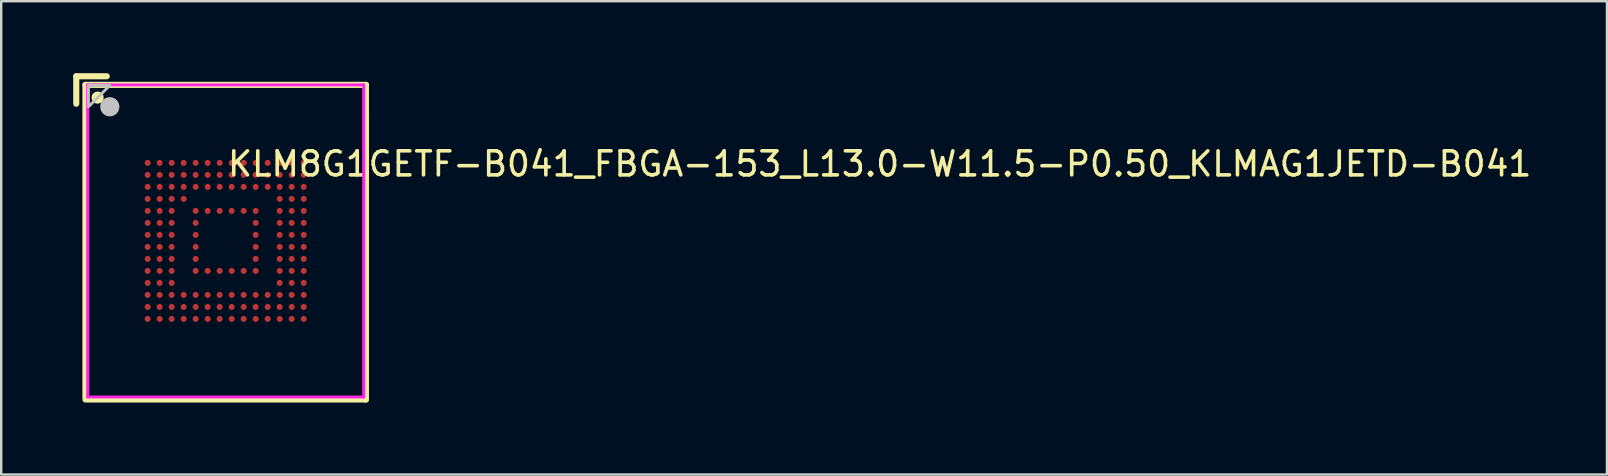
<source format=kicad_pcb>
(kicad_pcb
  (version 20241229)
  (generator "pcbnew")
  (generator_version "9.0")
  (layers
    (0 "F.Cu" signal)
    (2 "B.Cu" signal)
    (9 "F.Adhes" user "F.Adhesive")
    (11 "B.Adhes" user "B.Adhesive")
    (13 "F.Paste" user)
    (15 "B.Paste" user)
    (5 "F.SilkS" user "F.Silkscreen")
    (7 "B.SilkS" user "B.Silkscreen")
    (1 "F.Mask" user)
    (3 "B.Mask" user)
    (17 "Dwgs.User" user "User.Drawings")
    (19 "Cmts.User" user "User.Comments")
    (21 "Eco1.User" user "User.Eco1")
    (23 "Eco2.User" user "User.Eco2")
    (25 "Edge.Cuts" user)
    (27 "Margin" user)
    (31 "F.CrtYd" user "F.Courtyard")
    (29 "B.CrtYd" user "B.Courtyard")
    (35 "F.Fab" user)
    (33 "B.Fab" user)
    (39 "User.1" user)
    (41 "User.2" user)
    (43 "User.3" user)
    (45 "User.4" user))
  (footprint "KLM8G1GETF-B041_FBGA-153_L13.0-W11.5-P0.50_KLMAG1JETD-B041"
    (layer "F.Cu")
    (at 6.35 6.985)
    (property "Reference" "KLM8G1GETF-B041_FBGA-153_L13.0-W11.5-P0.50_KLMAG1JETD-B041" (at 0 -3.207 0) (layer "F.SilkS") (effects (font (size 1 1) (thickness 0.15)) (justify left)))
    (attr through_hole)
    (fp_line (start -6.223 -6.858) (end -6.223 -5.715) (stroke (width 0.254) (type solid)) (layer "F.SilkS"))
    (fp_line (start -5.841 -6.5) (end 5.842 -6.5) (stroke (width 0.254) (type solid)) (layer "F.SilkS"))
    (fp_line (start -5.841 6.5) (end -5.841 -6.5) (stroke (width 0.254) (type solid)) (layer "F.SilkS"))
    (fp_line (start -5.841 6.605) (end 5.843 6.605) (stroke (width 0.254) (type solid)) (layer "F.SilkS"))
    (fp_line (start -4.953 -6.858) (end -6.223 -6.858) (stroke (width 0.254) (type solid)) (layer "F.SilkS"))
    (fp_line (start 5.842 -6.5) (end 5.842 -5.079) (stroke (width 0.254) (type solid)) (layer "F.SilkS"))
    (fp_line (start 5.843 6.605) (end 5.843 -5.079) (stroke (width 0.254) (type solid)) (layer "F.SilkS"))
    (fp_circle (center -5.334 -5.969) (end -5.207 -5.969) (stroke (width 0.254) (type solid)) (fill no) (layer "F.SilkS"))
    (fp_poly (pts (xy -3.346 -3.37) (xy -3.154 -3.37) (xy -3.13 -3.346) (xy -3.13 -3.154) (xy -3.154 -3.13) (xy -3.346 -3.13) (xy -3.37 -3.154) (xy -3.37 -3.346)) (stroke (width 0.12) (type solid)) (fill yes) (layer "F.Paste"))
    (fp_poly (pts (xy -3.346 -2.87) (xy -3.154 -2.87) (xy -3.13 -2.846) (xy -3.13 -2.654) (xy -3.154 -2.63) (xy -3.346 -2.63) (xy -3.37 -2.654) (xy -3.37 -2.846)) (stroke (width 0.12) (type solid)) (fill yes) (layer "F.Paste"))
    (fp_poly (pts (xy -3.346 -2.37) (xy -3.154 -2.37) (xy -3.13 -2.346) (xy -3.13 -2.154) (xy -3.154 -2.13) (xy -3.346 -2.13) (xy -3.37 -2.154) (xy -3.37 -2.346)) (stroke (width 0.12) (type solid)) (fill yes) (layer "F.Paste"))
    (fp_poly (pts (xy -3.346 -1.87) (xy -3.154 -1.87) (xy -3.13 -1.846) (xy -3.13 -1.654) (xy -3.154 -1.63) (xy -3.346 -1.63) (xy -3.37 -1.654) (xy -3.37 -1.846)) (stroke (width 0.12) (type solid)) (fill yes) (layer "F.Paste"))
    (fp_poly (pts (xy -3.346 -1.37) (xy -3.154 -1.37) (xy -3.13 -1.346) (xy -3.13 -1.154) (xy -3.154 -1.13) (xy -3.346 -1.13) (xy -3.37 -1.154) (xy -3.37 -1.346)) (stroke (width 0.12) (type solid)) (fill yes) (layer "F.Paste"))
    (fp_poly (pts (xy -3.346 -0.87) (xy -3.154 -0.87) (xy -3.13 -0.846) (xy -3.13 -0.654) (xy -3.154 -0.63) (xy -3.346 -0.63) (xy -3.37 -0.654) (xy -3.37 -0.846)) (stroke (width 0.12) (type solid)) (fill yes) (layer "F.Paste"))
    (fp_poly (pts (xy -3.346 -0.37) (xy -3.154 -0.37) (xy -3.13 -0.346) (xy -3.13 -0.154) (xy -3.154 -0.13) (xy -3.346 -0.13) (xy -3.37 -0.154) (xy -3.37 -0.346)) (stroke (width 0.12) (type solid)) (fill yes) (layer "F.Paste"))
    (fp_poly (pts (xy -3.346 0.13) (xy -3.154 0.13) (xy -3.13 0.154) (xy -3.13 0.346) (xy -3.154 0.37) (xy -3.346 0.37) (xy -3.37 0.346) (xy -3.37 0.154)) (stroke (width 0.12) (type solid)) (fill yes) (layer "F.Paste"))
    (fp_poly (pts (xy -3.346 0.63) (xy -3.154 0.63) (xy -3.13 0.654) (xy -3.13 0.846) (xy -3.154 0.87) (xy -3.346 0.87) (xy -3.37 0.846) (xy -3.37 0.654)) (stroke (width 0.12) (type solid)) (fill yes) (layer "F.Paste"))
    (fp_poly (pts (xy -3.346 1.13) (xy -3.154 1.13) (xy -3.13 1.154) (xy -3.13 1.346) (xy -3.154 1.37) (xy -3.346 1.37) (xy -3.37 1.346) (xy -3.37 1.154)) (stroke (width 0.12) (type solid)) (fill yes) (layer "F.Paste"))
    (fp_poly (pts (xy -3.346 1.63) (xy -3.154 1.63) (xy -3.13 1.654) (xy -3.13 1.846) (xy -3.154 1.87) (xy -3.346 1.87) (xy -3.37 1.846) (xy -3.37 1.654)) (stroke (width 0.12) (type solid)) (fill yes) (layer "F.Paste"))
    (fp_poly (pts (xy -3.346 2.13) (xy -3.154 2.13) (xy -3.13 2.154) (xy -3.13 2.346) (xy -3.154 2.37) (xy -3.346 2.37) (xy -3.37 2.346) (xy -3.37 2.154)) (stroke (width 0.12) (type solid)) (fill yes) (layer "F.Paste"))
    (fp_poly (pts (xy -3.346 2.63) (xy -3.154 2.63) (xy -3.13 2.654) (xy -3.13 2.846) (xy -3.154 2.87) (xy -3.346 2.87) (xy -3.37 2.846) (xy -3.37 2.654)) (stroke (width 0.12) (type solid)) (fill yes) (layer "F.Paste"))
    (fp_poly (pts (xy -3.346 3.13) (xy -3.154 3.13) (xy -3.13 3.154) (xy -3.13 3.346) (xy -3.154 3.37) (xy -3.346 3.37) (xy -3.37 3.346) (xy -3.37 3.154)) (stroke (width 0.12) (type solid)) (fill yes) (layer "F.Paste"))
    (fp_poly (pts (xy -2.846 -3.37) (xy -2.654 -3.37) (xy -2.63 -3.346) (xy -2.63 -3.154) (xy -2.654 -3.13) (xy -2.846 -3.13) (xy -2.87 -3.154) (xy -2.87 -3.346)) (stroke (width 0.12) (type solid)) (fill yes) (layer "F.Paste"))
    (fp_poly (pts (xy -2.846 -2.87) (xy -2.654 -2.87) (xy -2.63 -2.846) (xy -2.63 -2.654) (xy -2.654 -2.63) (xy -2.846 -2.63) (xy -2.87 -2.654) (xy -2.87 -2.846)) (stroke (width 0.12) (type solid)) (fill yes) (layer "F.Paste"))
    (fp_poly (pts (xy -2.846 -2.37) (xy -2.654 -2.37) (xy -2.63 -2.346) (xy -2.63 -2.154) (xy -2.654 -2.13) (xy -2.846 -2.13) (xy -2.87 -2.154) (xy -2.87 -2.346)) (stroke (width 0.12) (type solid)) (fill yes) (layer "F.Paste"))
    (fp_poly (pts (xy -2.846 -1.87) (xy -2.654 -1.87) (xy -2.63 -1.846) (xy -2.63 -1.654) (xy -2.654 -1.63) (xy -2.846 -1.63) (xy -2.87 -1.654) (xy -2.87 -1.846)) (stroke (width 0.12) (type solid)) (fill yes) (layer "F.Paste"))
    (fp_poly (pts (xy -2.846 -1.37) (xy -2.654 -1.37) (xy -2.63 -1.346) (xy -2.63 -1.154) (xy -2.654 -1.13) (xy -2.846 -1.13) (xy -2.87 -1.154) (xy -2.87 -1.346)) (stroke (width 0.12) (type solid)) (fill yes) (layer "F.Paste"))
    (fp_poly (pts (xy -2.846 -0.87) (xy -2.654 -0.87) (xy -2.63 -0.846) (xy -2.63 -0.654) (xy -2.654 -0.63) (xy -2.846 -0.63) (xy -2.87 -0.654) (xy -2.87 -0.846)) (stroke (width 0.12) (type solid)) (fill yes) (layer "F.Paste"))
    (fp_poly (pts (xy -2.846 -0.37) (xy -2.654 -0.37) (xy -2.63 -0.346) (xy -2.63 -0.154) (xy -2.654 -0.13) (xy -2.846 -0.13) (xy -2.87 -0.154) (xy -2.87 -0.346)) (stroke (width 0.12) (type solid)) (fill yes) (layer "F.Paste"))
    (fp_poly (pts (xy -2.846 0.13) (xy -2.654 0.13) (xy -2.63 0.154) (xy -2.63 0.346) (xy -2.654 0.37) (xy -2.846 0.37) (xy -2.87 0.346) (xy -2.87 0.154)) (stroke (width 0.12) (type solid)) (fill yes) (layer "F.Paste"))
    (fp_poly (pts (xy -2.846 0.63) (xy -2.654 0.63) (xy -2.63 0.654) (xy -2.63 0.846) (xy -2.654 0.87) (xy -2.846 0.87) (xy -2.87 0.846) (xy -2.87 0.654)) (stroke (width 0.12) (type solid)) (fill yes) (layer "F.Paste"))
    (fp_poly (pts (xy -2.846 1.13) (xy -2.654 1.13) (xy -2.63 1.154) (xy -2.63 1.346) (xy -2.654 1.37) (xy -2.846 1.37) (xy -2.87 1.346) (xy -2.87 1.154)) (stroke (width 0.12) (type solid)) (fill yes) (layer "F.Paste"))
    (fp_poly (pts (xy -2.846 1.63) (xy -2.654 1.63) (xy -2.63 1.654) (xy -2.63 1.846) (xy -2.654 1.87) (xy -2.846 1.87) (xy -2.87 1.846) (xy -2.87 1.654)) (stroke (width 0.12) (type solid)) (fill yes) (layer "F.Paste"))
    (fp_poly (pts (xy -2.846 2.13) (xy -2.654 2.13) (xy -2.63 2.154) (xy -2.63 2.346) (xy -2.654 2.37) (xy -2.846 2.37) (xy -2.87 2.346) (xy -2.87 2.154)) (stroke (width 0.12) (type solid)) (fill yes) (layer "F.Paste"))
    (fp_poly (pts (xy -2.846 2.63) (xy -2.654 2.63) (xy -2.63 2.654) (xy -2.63 2.846) (xy -2.654 2.87) (xy -2.846 2.87) (xy -2.87 2.846) (xy -2.87 2.654)) (stroke (width 0.12) (type solid)) (fill yes) (layer "F.Paste"))
    (fp_poly (pts (xy -2.846 3.13) (xy -2.654 3.13) (xy -2.63 3.154) (xy -2.63 3.346) (xy -2.654 3.37) (xy -2.846 3.37) (xy -2.87 3.346) (xy -2.87 3.154)) (stroke (width 0.12) (type solid)) (fill yes) (layer "F.Paste"))
    (fp_poly (pts (xy -2.346 -3.37) (xy -2.154 -3.37) (xy -2.13 -3.346) (xy -2.13 -3.154) (xy -2.154 -3.13) (xy -2.346 -3.13) (xy -2.37 -3.154) (xy -2.37 -3.346)) (stroke (width 0.12) (type solid)) (fill yes) (layer "F.Paste"))
    (fp_poly (pts (xy -2.346 -2.87) (xy -2.154 -2.87) (xy -2.13 -2.846) (xy -2.13 -2.654) (xy -2.154 -2.63) (xy -2.346 -2.63) (xy -2.37 -2.654) (xy -2.37 -2.846)) (stroke (width 0.12) (type solid)) (fill yes) (layer "F.Paste"))
    (fp_poly (pts (xy -2.346 -2.37) (xy -2.154 -2.37) (xy -2.13 -2.346) (xy -2.13 -2.154) (xy -2.154 -2.13) (xy -2.346 -2.13) (xy -2.37 -2.154) (xy -2.37 -2.346)) (stroke (width 0.12) (type solid)) (fill yes) (layer "F.Paste"))
    (fp_poly (pts (xy -2.346 -1.87) (xy -2.154 -1.87) (xy -2.13 -1.846) (xy -2.13 -1.654) (xy -2.154 -1.63) (xy -2.346 -1.63) (xy -2.37 -1.654) (xy -2.37 -1.846)) (stroke (width 0.12) (type solid)) (fill yes) (layer "F.Paste"))
    (fp_poly (pts (xy -2.346 -1.37) (xy -2.154 -1.37) (xy -2.13 -1.346) (xy -2.13 -1.154) (xy -2.154 -1.13) (xy -2.346 -1.13) (xy -2.37 -1.154) (xy -2.37 -1.346)) (stroke (width 0.12) (type solid)) (fill yes) (layer "F.Paste"))
    (fp_poly (pts (xy -2.346 -0.87) (xy -2.154 -0.87) (xy -2.13 -0.846) (xy -2.13 -0.654) (xy -2.154 -0.63) (xy -2.346 -0.63) (xy -2.37 -0.654) (xy -2.37 -0.846)) (stroke (width 0.12) (type solid)) (fill yes) (layer "F.Paste"))
    (fp_poly (pts (xy -2.346 -0.37) (xy -2.154 -0.37) (xy -2.13 -0.346) (xy -2.13 -0.154) (xy -2.154 -0.13) (xy -2.346 -0.13) (xy -2.37 -0.154) (xy -2.37 -0.346)) (stroke (width 0.12) (type solid)) (fill yes) (layer "F.Paste"))
    (fp_poly (pts (xy -2.346 0.13) (xy -2.154 0.13) (xy -2.13 0.154) (xy -2.13 0.346) (xy -2.154 0.37) (xy -2.346 0.37) (xy -2.37 0.346) (xy -2.37 0.154)) (stroke (width 0.12) (type solid)) (fill yes) (layer "F.Paste"))
    (fp_poly (pts (xy -2.346 0.63) (xy -2.154 0.63) (xy -2.13 0.654) (xy -2.13 0.846) (xy -2.154 0.87) (xy -2.346 0.87) (xy -2.37 0.846) (xy -2.37 0.654)) (stroke (width 0.12) (type solid)) (fill yes) (layer "F.Paste"))
    (fp_poly (pts (xy -2.346 1.13) (xy -2.154 1.13) (xy -2.13 1.154) (xy -2.13 1.346) (xy -2.154 1.37) (xy -2.346 1.37) (xy -2.37 1.346) (xy -2.37 1.154)) (stroke (width 0.12) (type solid)) (fill yes) (layer "F.Paste"))
    (fp_poly (pts (xy -2.346 1.63) (xy -2.154 1.63) (xy -2.13 1.654) (xy -2.13 1.846) (xy -2.154 1.87) (xy -2.346 1.87) (xy -2.37 1.846) (xy -2.37 1.654)) (stroke (width 0.12) (type solid)) (fill yes) (layer "F.Paste"))
    (fp_poly (pts (xy -2.346 2.13) (xy -2.154 2.13) (xy -2.13 2.154) (xy -2.13 2.346) (xy -2.154 2.37) (xy -2.346 2.37) (xy -2.37 2.346) (xy -2.37 2.154)) (stroke (width 0.12) (type solid)) (fill yes) (layer "F.Paste"))
    (fp_poly (pts (xy -2.346 2.63) (xy -2.154 2.63) (xy -2.13 2.654) (xy -2.13 2.846) (xy -2.154 2.87) (xy -2.346 2.87) (xy -2.37 2.846) (xy -2.37 2.654)) (stroke (width 0.12) (type solid)) (fill yes) (layer "F.Paste"))
    (fp_poly (pts (xy -2.346 3.13) (xy -2.154 3.13) (xy -2.13 3.154) (xy -2.13 3.346) (xy -2.154 3.37) (xy -2.346 3.37) (xy -2.37 3.346) (xy -2.37 3.154)) (stroke (width 0.12) (type solid)) (fill yes) (layer "F.Paste"))
    (fp_poly (pts (xy -1.846 -3.37) (xy -1.654 -3.37) (xy -1.63 -3.346) (xy -1.63 -3.154) (xy -1.654 -3.13) (xy -1.846 -3.13) (xy -1.87 -3.154) (xy -1.87 -3.346)) (stroke (width 0.12) (type solid)) (fill yes) (layer "F.Paste"))
    (fp_poly (pts (xy -1.846 -2.87) (xy -1.654 -2.87) (xy -1.63 -2.846) (xy -1.63 -2.654) (xy -1.654 -2.63) (xy -1.846 -2.63) (xy -1.87 -2.654) (xy -1.87 -2.846)) (stroke (width 0.12) (type solid)) (fill yes) (layer "F.Paste"))
    (fp_poly (pts (xy -1.846 -2.37) (xy -1.654 -2.37) (xy -1.63 -2.346) (xy -1.63 -2.154) (xy -1.654 -2.13) (xy -1.846 -2.13) (xy -1.87 -2.154) (xy -1.87 -2.346)) (stroke (width 0.12) (type solid)) (fill yes) (layer "F.Paste"))
    (fp_poly (pts (xy -1.846 -1.87) (xy -1.654 -1.87) (xy -1.63 -1.846) (xy -1.63 -1.654) (xy -1.654 -1.63) (xy -1.846 -1.63) (xy -1.87 -1.654) (xy -1.87 -1.846)) (stroke (width 0.12) (type solid)) (fill yes) (layer "F.Paste"))
    (fp_poly (pts (xy -1.846 2.13) (xy -1.654 2.13) (xy -1.63 2.154) (xy -1.63 2.346) (xy -1.654 2.37) (xy -1.846 2.37) (xy -1.87 2.346) (xy -1.87 2.154)) (stroke (width 0.12) (type solid)) (fill yes) (layer "F.Paste"))
    (fp_poly (pts (xy -1.846 2.63) (xy -1.654 2.63) (xy -1.63 2.654) (xy -1.63 2.846) (xy -1.654 2.87) (xy -1.846 2.87) (xy -1.87 2.846) (xy -1.87 2.654)) (stroke (width 0.12) (type solid)) (fill yes) (layer "F.Paste"))
    (fp_poly (pts (xy -1.846 3.13) (xy -1.654 3.13) (xy -1.63 3.154) (xy -1.63 3.346) (xy -1.654 3.37) (xy -1.846 3.37) (xy -1.87 3.346) (xy -1.87 3.154)) (stroke (width 0.12) (type solid)) (fill yes) (layer "F.Paste"))
    (fp_poly (pts (xy -1.346 -3.37) (xy -1.154 -3.37) (xy -1.13 -3.346) (xy -1.13 -3.154) (xy -1.154 -3.13) (xy -1.346 -3.13) (xy -1.37 -3.154) (xy -1.37 -3.346)) (stroke (width 0.12) (type solid)) (fill yes) (layer "F.Paste"))
    (fp_poly (pts (xy -1.346 -2.87) (xy -1.154 -2.87) (xy -1.13 -2.846) (xy -1.13 -2.654) (xy -1.154 -2.63) (xy -1.346 -2.63) (xy -1.37 -2.654) (xy -1.37 -2.846)) (stroke (width 0.12) (type solid)) (fill yes) (layer "F.Paste"))
    (fp_poly (pts (xy -1.346 -2.37) (xy -1.154 -2.37) (xy -1.13 -2.346) (xy -1.13 -2.154) (xy -1.154 -2.13) (xy -1.346 -2.13) (xy -1.37 -2.154) (xy -1.37 -2.346)) (stroke (width 0.12) (type solid)) (fill yes) (layer "F.Paste"))
    (fp_poly (pts (xy -1.346 -1.37) (xy -1.154 -1.37) (xy -1.13 -1.346) (xy -1.13 -1.154) (xy -1.154 -1.13) (xy -1.346 -1.13) (xy -1.37 -1.154) (xy -1.37 -1.346)) (stroke (width 0.12) (type solid)) (fill yes) (layer "F.Paste"))
    (fp_poly (pts (xy -1.346 -0.87) (xy -1.154 -0.87) (xy -1.13 -0.846) (xy -1.13 -0.654) (xy -1.154 -0.63) (xy -1.346 -0.63) (xy -1.37 -0.654) (xy -1.37 -0.846)) (stroke (width 0.12) (type solid)) (fill yes) (layer "F.Paste"))
    (fp_poly (pts (xy -1.346 -0.37) (xy -1.154 -0.37) (xy -1.13 -0.346) (xy -1.13 -0.154) (xy -1.154 -0.13) (xy -1.346 -0.13) (xy -1.37 -0.154) (xy -1.37 -0.346)) (stroke (width 0.12) (type solid)) (fill yes) (layer "F.Paste"))
    (fp_poly (pts (xy -1.346 0.13) (xy -1.154 0.13) (xy -1.13 0.154) (xy -1.13 0.346) (xy -1.154 0.37) (xy -1.346 0.37) (xy -1.37 0.346) (xy -1.37 0.154)) (stroke (width 0.12) (type solid)) (fill yes) (layer "F.Paste"))
    (fp_poly (pts (xy -1.346 0.63) (xy -1.154 0.63) (xy -1.13 0.654) (xy -1.13 0.846) (xy -1.154 0.87) (xy -1.346 0.87) (xy -1.37 0.846) (xy -1.37 0.654)) (stroke (width 0.12) (type solid)) (fill yes) (layer "F.Paste"))
    (fp_poly (pts (xy -1.346 1.13) (xy -1.154 1.13) (xy -1.13 1.154) (xy -1.13 1.346) (xy -1.154 1.37) (xy -1.346 1.37) (xy -1.37 1.346) (xy -1.37 1.154)) (stroke (width 0.12) (type solid)) (fill yes) (layer "F.Paste"))
    (fp_poly (pts (xy -1.346 2.13) (xy -1.154 2.13) (xy -1.13 2.154) (xy -1.13 2.346) (xy -1.154 2.37) (xy -1.346 2.37) (xy -1.37 2.346) (xy -1.37 2.154)) (stroke (width 0.12) (type solid)) (fill yes) (layer "F.Paste"))
    (fp_poly (pts (xy -1.346 2.63) (xy -1.154 2.63) (xy -1.13 2.654) (xy -1.13 2.846) (xy -1.154 2.87) (xy -1.346 2.87) (xy -1.37 2.846) (xy -1.37 2.654)) (stroke (width 0.12) (type solid)) (fill yes) (layer "F.Paste"))
    (fp_poly (pts (xy -1.346 3.13) (xy -1.154 3.13) (xy -1.13 3.154) (xy -1.13 3.346) (xy -1.154 3.37) (xy -1.346 3.37) (xy -1.37 3.346) (xy -1.37 3.154)) (stroke (width 0.12) (type solid)) (fill yes) (layer "F.Paste"))
    (fp_poly (pts (xy -0.846 -3.37) (xy -0.654 -3.37) (xy -0.63 -3.346) (xy -0.63 -3.154) (xy -0.654 -3.13) (xy -0.846 -3.13) (xy -0.87 -3.154) (xy -0.87 -3.346)) (stroke (width 0.12) (type solid)) (fill yes) (layer "F.Paste"))
    (fp_poly (pts (xy -0.846 -2.87) (xy -0.654 -2.87) (xy -0.63 -2.846) (xy -0.63 -2.654) (xy -0.654 -2.63) (xy -0.846 -2.63) (xy -0.87 -2.654) (xy -0.87 -2.846)) (stroke (width 0.12) (type solid)) (fill yes) (layer "F.Paste"))
    (fp_poly (pts (xy -0.846 -2.37) (xy -0.654 -2.37) (xy -0.63 -2.346) (xy -0.63 -2.154) (xy -0.654 -2.13) (xy -0.846 -2.13) (xy -0.87 -2.154) (xy -0.87 -2.346)) (stroke (width 0.12) (type solid)) (fill yes) (layer "F.Paste"))
    (fp_poly (pts (xy -0.846 -1.37) (xy -0.654 -1.37) (xy -0.63 -1.346) (xy -0.63 -1.154) (xy -0.654 -1.13) (xy -0.846 -1.13) (xy -0.87 -1.154) (xy -0.87 -1.346)) (stroke (width 0.12) (type solid)) (fill yes) (layer "F.Paste"))
    (fp_poly (pts (xy -0.846 1.13) (xy -0.654 1.13) (xy -0.63 1.154) (xy -0.63 1.346) (xy -0.654 1.37) (xy -0.846 1.37) (xy -0.87 1.346) (xy -0.87 1.154)) (stroke (width 0.12) (type solid)) (fill yes) (layer "F.Paste"))
    (fp_poly (pts (xy -0.846 2.13) (xy -0.654 2.13) (xy -0.63 2.154) (xy -0.63 2.346) (xy -0.654 2.37) (xy -0.846 2.37) (xy -0.87 2.346) (xy -0.87 2.154)) (stroke (width 0.12) (type solid)) (fill yes) (layer "F.Paste"))
    (fp_poly (pts (xy -0.846 2.63) (xy -0.654 2.63) (xy -0.63 2.654) (xy -0.63 2.846) (xy -0.654 2.87) (xy -0.846 2.87) (xy -0.87 2.846) (xy -0.87 2.654)) (stroke (width 0.12) (type solid)) (fill yes) (layer "F.Paste"))
    (fp_poly (pts (xy -0.846 3.13) (xy -0.654 3.13) (xy -0.63 3.154) (xy -0.63 3.346) (xy -0.654 3.37) (xy -0.846 3.37) (xy -0.87 3.346) (xy -0.87 3.154)) (stroke (width 0.12) (type solid)) (fill yes) (layer "F.Paste"))
    (fp_poly (pts (xy -0.346 -3.37) (xy -0.154 -3.37) (xy -0.13 -3.346) (xy -0.13 -3.154) (xy -0.154 -3.13) (xy -0.346 -3.13) (xy -0.37 -3.154) (xy -0.37 -3.346)) (stroke (width 0.12) (type solid)) (fill yes) (layer "F.Paste"))
    (fp_poly (pts (xy -0.346 -2.87) (xy -0.154 -2.87) (xy -0.13 -2.846) (xy -0.13 -2.654) (xy -0.154 -2.63) (xy -0.346 -2.63) (xy -0.37 -2.654) (xy -0.37 -2.846)) (stroke (width 0.12) (type solid)) (fill yes) (layer "F.Paste"))
    (fp_poly (pts (xy -0.346 -2.37) (xy -0.154 -2.37) (xy -0.13 -2.346) (xy -0.13 -2.154) (xy -0.154 -2.13) (xy -0.346 -2.13) (xy -0.37 -2.154) (xy -0.37 -2.346)) (stroke (width 0.12) (type solid)) (fill yes) (layer "F.Paste"))
    (fp_poly (pts (xy -0.346 -1.37) (xy -0.154 -1.37) (xy -0.13 -1.346) (xy -0.13 -1.154) (xy -0.154 -1.13) (xy -0.346 -1.13) (xy -0.37 -1.154) (xy -0.37 -1.346)) (stroke (width 0.12) (type solid)) (fill yes) (layer "F.Paste"))
    (fp_poly (pts (xy -0.346 1.13) (xy -0.154 1.13) (xy -0.13 1.154) (xy -0.13 1.346) (xy -0.154 1.37) (xy -0.346 1.37) (xy -0.37 1.346) (xy -0.37 1.154)) (stroke (width 0.12) (type solid)) (fill yes) (layer "F.Paste"))
    (fp_poly (pts (xy -0.346 2.13) (xy -0.154 2.13) (xy -0.13 2.154) (xy -0.13 2.346) (xy -0.154 2.37) (xy -0.346 2.37) (xy -0.37 2.346) (xy -0.37 2.154)) (stroke (width 0.12) (type solid)) (fill yes) (layer "F.Paste"))
    (fp_poly (pts (xy -0.346 2.63) (xy -0.154 2.63) (xy -0.13 2.654) (xy -0.13 2.846) (xy -0.154 2.87) (xy -0.346 2.87) (xy -0.37 2.846) (xy -0.37 2.654)) (stroke (width 0.12) (type solid)) (fill yes) (layer "F.Paste"))
    (fp_poly (pts (xy -0.346 3.13) (xy -0.154 3.13) (xy -0.13 3.154) (xy -0.13 3.346) (xy -0.154 3.37) (xy -0.346 3.37) (xy -0.37 3.346) (xy -0.37 3.154)) (stroke (width 0.12) (type solid)) (fill yes) (layer "F.Paste"))
    (fp_poly (pts (xy 0.154 -3.37) (xy 0.346 -3.37) (xy 0.37 -3.346) (xy 0.37 -3.154) (xy 0.346 -3.13) (xy 0.154 -3.13) (xy 0.13 -3.154) (xy 0.13 -3.346)) (stroke (width 0.12) (type solid)) (fill yes) (layer "F.Paste"))
    (fp_poly (pts (xy 0.154 -2.87) (xy 0.346 -2.87) (xy 0.37 -2.846) (xy 0.37 -2.654) (xy 0.346 -2.63) (xy 0.154 -2.63) (xy 0.13 -2.654) (xy 0.13 -2.846)) (stroke (width 0.12) (type solid)) (fill yes) (layer "F.Paste"))
    (fp_poly (pts (xy 0.154 -2.37) (xy 0.346 -2.37) (xy 0.37 -2.346) (xy 0.37 -2.154) (xy 0.346 -2.13) (xy 0.154 -2.13) (xy 0.13 -2.154) (xy 0.13 -2.346)) (stroke (width 0.12) (type solid)) (fill yes) (layer "F.Paste"))
    (fp_poly (pts (xy 0.154 -1.37) (xy 0.346 -1.37) (xy 0.37 -1.346) (xy 0.37 -1.154) (xy 0.346 -1.13) (xy 0.154 -1.13) (xy 0.13 -1.154) (xy 0.13 -1.346)) (stroke (width 0.12) (type solid)) (fill yes) (layer "F.Paste"))
    (fp_poly (pts (xy 0.154 1.13) (xy 0.346 1.13) (xy 0.37 1.154) (xy 0.37 1.346) (xy 0.346 1.37) (xy 0.154 1.37) (xy 0.13 1.346) (xy 0.13 1.154)) (stroke (width 0.12) (type solid)) (fill yes) (layer "F.Paste"))
    (fp_poly (pts (xy 0.154 2.13) (xy 0.346 2.13) (xy 0.37 2.154) (xy 0.37 2.346) (xy 0.346 2.37) (xy 0.154 2.37) (xy 0.13 2.346) (xy 0.13 2.154)) (stroke (width 0.12) (type solid)) (fill yes) (layer "F.Paste"))
    (fp_poly (pts (xy 0.154 2.63) (xy 0.346 2.63) (xy 0.37 2.654) (xy 0.37 2.846) (xy 0.346 2.87) (xy 0.154 2.87) (xy 0.13 2.846) (xy 0.13 2.654)) (stroke (width 0.12) (type solid)) (fill yes) (layer "F.Paste"))
    (fp_poly (pts (xy 0.154 3.13) (xy 0.346 3.13) (xy 0.37 3.154) (xy 0.37 3.346) (xy 0.346 3.37) (xy 0.154 3.37) (xy 0.13 3.346) (xy 0.13 3.154)) (stroke (width 0.12) (type solid)) (fill yes) (layer "F.Paste"))
    (fp_poly (pts (xy 0.654 -3.37) (xy 0.846 -3.37) (xy 0.87 -3.346) (xy 0.87 -3.154) (xy 0.846 -3.13) (xy 0.654 -3.13) (xy 0.63 -3.154) (xy 0.63 -3.346)) (stroke (width 0.12) (type solid)) (fill yes) (layer "F.Paste"))
    (fp_poly (pts (xy 0.654 -2.87) (xy 0.846 -2.87) (xy 0.87 -2.846) (xy 0.87 -2.654) (xy 0.846 -2.63) (xy 0.654 -2.63) (xy 0.63 -2.654) (xy 0.63 -2.846)) (stroke (width 0.12) (type solid)) (fill yes) (layer "F.Paste"))
    (fp_poly (pts (xy 0.654 -2.37) (xy 0.846 -2.37) (xy 0.87 -2.346) (xy 0.87 -2.154) (xy 0.846 -2.13) (xy 0.654 -2.13) (xy 0.63 -2.154) (xy 0.63 -2.346)) (stroke (width 0.12) (type solid)) (fill yes) (layer "F.Paste"))
    (fp_poly (pts (xy 0.654 -1.37) (xy 0.846 -1.37) (xy 0.87 -1.346) (xy 0.87 -1.154) (xy 0.846 -1.13) (xy 0.654 -1.13) (xy 0.63 -1.154) (xy 0.63 -1.346)) (stroke (width 0.12) (type solid)) (fill yes) (layer "F.Paste"))
    (fp_poly (pts (xy 0.654 1.13) (xy 0.846 1.13) (xy 0.87 1.154) (xy 0.87 1.346) (xy 0.846 1.37) (xy 0.654 1.37) (xy 0.63 1.346) (xy 0.63 1.154)) (stroke (width 0.12) (type solid)) (fill yes) (layer "F.Paste"))
    (fp_poly (pts (xy 0.654 2.13) (xy 0.846 2.13) (xy 0.87 2.154) (xy 0.87 2.346) (xy 0.846 2.37) (xy 0.654 2.37) (xy 0.63 2.346) (xy 0.63 2.154)) (stroke (width 0.12) (type solid)) (fill yes) (layer "F.Paste"))
    (fp_poly (pts (xy 0.654 2.63) (xy 0.846 2.63) (xy 0.87 2.654) (xy 0.87 2.846) (xy 0.846 2.87) (xy 0.654 2.87) (xy 0.63 2.846) (xy 0.63 2.654)) (stroke (width 0.12) (type solid)) (fill yes) (layer "F.Paste"))
    (fp_poly (pts (xy 0.654 3.13) (xy 0.846 3.13) (xy 0.87 3.154) (xy 0.87 3.346) (xy 0.846 3.37) (xy 0.654 3.37) (xy 0.63 3.346) (xy 0.63 3.154)) (stroke (width 0.12) (type solid)) (fill yes) (layer "F.Paste"))
    (fp_poly (pts (xy 1.154 -3.37) (xy 1.346 -3.37) (xy 1.37 -3.346) (xy 1.37 -3.154) (xy 1.346 -3.13) (xy 1.154 -3.13) (xy 1.13 -3.154) (xy 1.13 -3.346)) (stroke (width 0.12) (type solid)) (fill yes) (layer "F.Paste"))
    (fp_poly (pts (xy 1.154 -2.87) (xy 1.346 -2.87) (xy 1.37 -2.846) (xy 1.37 -2.654) (xy 1.346 -2.63) (xy 1.154 -2.63) (xy 1.13 -2.654) (xy 1.13 -2.846)) (stroke (width 0.12) (type solid)) (fill yes) (layer "F.Paste"))
    (fp_poly (pts (xy 1.154 -2.37) (xy 1.346 -2.37) (xy 1.37 -2.346) (xy 1.37 -2.154) (xy 1.346 -2.13) (xy 1.154 -2.13) (xy 1.13 -2.154) (xy 1.13 -2.346)) (stroke (width 0.12) (type solid)) (fill yes) (layer "F.Paste"))
    (fp_poly (pts (xy 1.154 -1.37) (xy 1.346 -1.37) (xy 1.37 -1.346) (xy 1.37 -1.154) (xy 1.346 -1.13) (xy 1.154 -1.13) (xy 1.13 -1.154) (xy 1.13 -1.346)) (stroke (width 0.12) (type solid)) (fill yes) (layer "F.Paste"))
    (fp_poly (pts (xy 1.154 -0.87) (xy 1.346 -0.87) (xy 1.37 -0.846) (xy 1.37 -0.654) (xy 1.346 -0.63) (xy 1.154 -0.63) (xy 1.13 -0.654) (xy 1.13 -0.846)) (stroke (width 0.12) (type solid)) (fill yes) (layer "F.Paste"))
    (fp_poly (pts (xy 1.154 -0.37) (xy 1.346 -0.37) (xy 1.37 -0.346) (xy 1.37 -0.154) (xy 1.346 -0.13) (xy 1.154 -0.13) (xy 1.13 -0.154) (xy 1.13 -0.346)) (stroke (width 0.12) (type solid)) (fill yes) (layer "F.Paste"))
    (fp_poly (pts (xy 1.154 0.13) (xy 1.346 0.13) (xy 1.37 0.154) (xy 1.37 0.346) (xy 1.346 0.37) (xy 1.154 0.37) (xy 1.13 0.346) (xy 1.13 0.154)) (stroke (width 0.12) (type solid)) (fill yes) (layer "F.Paste"))
    (fp_poly (pts (xy 1.154 0.63) (xy 1.346 0.63) (xy 1.37 0.654) (xy 1.37 0.846) (xy 1.346 0.87) (xy 1.154 0.87) (xy 1.13 0.846) (xy 1.13 0.654)) (stroke (width 0.12) (type solid)) (fill yes) (layer "F.Paste"))
    (fp_poly (pts (xy 1.154 1.13) (xy 1.346 1.13) (xy 1.37 1.154) (xy 1.37 1.346) (xy 1.346 1.37) (xy 1.154 1.37) (xy 1.13 1.346) (xy 1.13 1.154)) (stroke (width 0.12) (type solid)) (fill yes) (layer "F.Paste"))
    (fp_poly (pts (xy 1.154 2.13) (xy 1.346 2.13) (xy 1.37 2.154) (xy 1.37 2.346) (xy 1.346 2.37) (xy 1.154 2.37) (xy 1.13 2.346) (xy 1.13 2.154)) (stroke (width 0.12) (type solid)) (fill yes) (layer "F.Paste"))
    (fp_poly (pts (xy 1.154 2.63) (xy 1.346 2.63) (xy 1.37 2.654) (xy 1.37 2.846) (xy 1.346 2.87) (xy 1.154 2.87) (xy 1.13 2.846) (xy 1.13 2.654)) (stroke (width 0.12) (type solid)) (fill yes) (layer "F.Paste"))
    (fp_poly (pts (xy 1.154 3.13) (xy 1.346 3.13) (xy 1.37 3.154) (xy 1.37 3.346) (xy 1.346 3.37) (xy 1.154 3.37) (xy 1.13 3.346) (xy 1.13 3.154)) (stroke (width 0.12) (type solid)) (fill yes) (layer "F.Paste"))
    (fp_poly (pts (xy 1.654 -3.37) (xy 1.846 -3.37) (xy 1.87 -3.346) (xy 1.87 -3.154) (xy 1.846 -3.13) (xy 1.654 -3.13) (xy 1.63 -3.154) (xy 1.63 -3.346)) (stroke (width 0.12) (type solid)) (fill yes) (layer "F.Paste"))
    (fp_poly (pts (xy 1.654 -2.87) (xy 1.846 -2.87) (xy 1.87 -2.846) (xy 1.87 -2.654) (xy 1.846 -2.63) (xy 1.654 -2.63) (xy 1.63 -2.654) (xy 1.63 -2.846)) (stroke (width 0.12) (type solid)) (fill yes) (layer "F.Paste"))
    (fp_poly (pts (xy 1.654 -2.37) (xy 1.846 -2.37) (xy 1.87 -2.346) (xy 1.87 -2.154) (xy 1.846 -2.13) (xy 1.654 -2.13) (xy 1.63 -2.154) (xy 1.63 -2.346)) (stroke (width 0.12) (type solid)) (fill yes) (layer "F.Paste"))
    (fp_poly (pts (xy 1.654 2.13) (xy 1.846 2.13) (xy 1.87 2.154) (xy 1.87 2.346) (xy 1.846 2.37) (xy 1.654 2.37) (xy 1.63 2.346) (xy 1.63 2.154)) (stroke (width 0.12) (type solid)) (fill yes) (layer "F.Paste"))
    (fp_poly (pts (xy 1.654 2.63) (xy 1.846 2.63) (xy 1.87 2.654) (xy 1.87 2.846) (xy 1.846 2.87) (xy 1.654 2.87) (xy 1.63 2.846) (xy 1.63 2.654)) (stroke (width 0.12) (type solid)) (fill yes) (layer "F.Paste"))
    (fp_poly (pts (xy 1.654 3.13) (xy 1.846 3.13) (xy 1.87 3.154) (xy 1.87 3.346) (xy 1.846 3.37) (xy 1.654 3.37) (xy 1.63 3.346) (xy 1.63 3.154)) (stroke (width 0.12) (type solid)) (fill yes) (layer "F.Paste"))
    (fp_poly (pts (xy 2.154 -3.37) (xy 2.346 -3.37) (xy 2.37 -3.346) (xy 2.37 -3.154) (xy 2.346 -3.13) (xy 2.154 -3.13) (xy 2.13 -3.154) (xy 2.13 -3.346)) (stroke (width 0.12) (type solid)) (fill yes) (layer "F.Paste"))
    (fp_poly (pts (xy 2.154 -2.87) (xy 2.346 -2.87) (xy 2.37 -2.846) (xy 2.37 -2.654) (xy 2.346 -2.63) (xy 2.154 -2.63) (xy 2.13 -2.654) (xy 2.13 -2.846)) (stroke (width 0.12) (type solid)) (fill yes) (layer "F.Paste"))
    (fp_poly (pts (xy 2.154 -2.37) (xy 2.346 -2.37) (xy 2.37 -2.346) (xy 2.37 -2.154) (xy 2.346 -2.13) (xy 2.154 -2.13) (xy 2.13 -2.154) (xy 2.13 -2.346)) (stroke (width 0.12) (type solid)) (fill yes) (layer "F.Paste"))
    (fp_poly (pts (xy 2.154 -1.87) (xy 2.346 -1.87) (xy 2.37 -1.846) (xy 2.37 -1.654) (xy 2.346 -1.63) (xy 2.154 -1.63) (xy 2.13 -1.654) (xy 2.13 -1.846)) (stroke (width 0.12) (type solid)) (fill yes) (layer "F.Paste"))
    (fp_poly (pts (xy 2.154 -1.37) (xy 2.346 -1.37) (xy 2.37 -1.346) (xy 2.37 -1.154) (xy 2.346 -1.13) (xy 2.154 -1.13) (xy 2.13 -1.154) (xy 2.13 -1.346)) (stroke (width 0.12) (type solid)) (fill yes) (layer "F.Paste"))
    (fp_poly (pts (xy 2.154 -0.87) (xy 2.346 -0.87) (xy 2.37 -0.846) (xy 2.37 -0.654) (xy 2.346 -0.63) (xy 2.154 -0.63) (xy 2.13 -0.654) (xy 2.13 -0.846)) (stroke (width 0.12) (type solid)) (fill yes) (layer "F.Paste"))
    (fp_poly (pts (xy 2.154 -0.37) (xy 2.346 -0.37) (xy 2.37 -0.346) (xy 2.37 -0.154) (xy 2.346 -0.13) (xy 2.154 -0.13) (xy 2.13 -0.154) (xy 2.13 -0.346)) (stroke (width 0.12) (type solid)) (fill yes) (layer "F.Paste"))
    (fp_poly (pts (xy 2.154 0.13) (xy 2.346 0.13) (xy 2.37 0.154) (xy 2.37 0.346) (xy 2.346 0.37) (xy 2.154 0.37) (xy 2.13 0.346) (xy 2.13 0.154)) (stroke (width 0.12) (type solid)) (fill yes) (layer "F.Paste"))
    (fp_poly (pts (xy 2.154 0.63) (xy 2.346 0.63) (xy 2.37 0.654) (xy 2.37 0.846) (xy 2.346 0.87) (xy 2.154 0.87) (xy 2.13 0.846) (xy 2.13 0.654)) (stroke (width 0.12) (type solid)) (fill yes) (layer "F.Paste"))
    (fp_poly (pts (xy 2.154 1.13) (xy 2.346 1.13) (xy 2.37 1.154) (xy 2.37 1.346) (xy 2.346 1.37) (xy 2.154 1.37) (xy 2.13 1.346) (xy 2.13 1.154)) (stroke (width 0.12) (type solid)) (fill yes) (layer "F.Paste"))
    (fp_poly (pts (xy 2.154 1.63) (xy 2.346 1.63) (xy 2.37 1.654) (xy 2.37 1.846) (xy 2.346 1.87) (xy 2.154 1.87) (xy 2.13 1.846) (xy 2.13 1.654)) (stroke (width 0.12) (type solid)) (fill yes) (layer "F.Paste"))
    (fp_poly (pts (xy 2.154 2.13) (xy 2.346 2.13) (xy 2.37 2.154) (xy 2.37 2.346) (xy 2.346 2.37) (xy 2.154 2.37) (xy 2.13 2.346) (xy 2.13 2.154)) (stroke (width 0.12) (type solid)) (fill yes) (layer "F.Paste"))
    (fp_poly (pts (xy 2.154 2.63) (xy 2.346 2.63) (xy 2.37 2.654) (xy 2.37 2.846) (xy 2.346 2.87) (xy 2.154 2.87) (xy 2.13 2.846) (xy 2.13 2.654)) (stroke (width 0.12) (type solid)) (fill yes) (layer "F.Paste"))
    (fp_poly (pts (xy 2.154 3.13) (xy 2.346 3.13) (xy 2.37 3.154) (xy 2.37 3.346) (xy 2.346 3.37) (xy 2.154 3.37) (xy 2.13 3.346) (xy 2.13 3.154)) (stroke (width 0.12) (type solid)) (fill yes) (layer "F.Paste"))
    (fp_poly (pts (xy 2.654 -3.37) (xy 2.846 -3.37) (xy 2.87 -3.346) (xy 2.87 -3.154) (xy 2.846 -3.13) (xy 2.654 -3.13) (xy 2.63 -3.154) (xy 2.63 -3.346)) (stroke (width 0.12) (type solid)) (fill yes) (layer "F.Paste"))
    (fp_poly (pts (xy 2.654 -2.87) (xy 2.846 -2.87) (xy 2.87 -2.846) (xy 2.87 -2.654) (xy 2.846 -2.63) (xy 2.654 -2.63) (xy 2.63 -2.654) (xy 2.63 -2.846)) (stroke (width 0.12) (type solid)) (fill yes) (layer "F.Paste"))
    (fp_poly (pts (xy 2.654 -2.37) (xy 2.846 -2.37) (xy 2.87 -2.346) (xy 2.87 -2.154) (xy 2.846 -2.13) (xy 2.654 -2.13) (xy 2.63 -2.154) (xy 2.63 -2.346)) (stroke (width 0.12) (type solid)) (fill yes) (layer "F.Paste"))
    (fp_poly (pts (xy 2.654 -1.87) (xy 2.846 -1.87) (xy 2.87 -1.846) (xy 2.87 -1.654) (xy 2.846 -1.63) (xy 2.654 -1.63) (xy 2.63 -1.654) (xy 2.63 -1.846)) (stroke (width 0.12) (type solid)) (fill yes) (layer "F.Paste"))
    (fp_poly (pts (xy 2.654 -1.37) (xy 2.846 -1.37) (xy 2.87 -1.346) (xy 2.87 -1.154) (xy 2.846 -1.13) (xy 2.654 -1.13) (xy 2.63 -1.154) (xy 2.63 -1.346)) (stroke (width 0.12) (type solid)) (fill yes) (layer "F.Paste"))
    (fp_poly (pts (xy 2.654 -0.87) (xy 2.846 -0.87) (xy 2.87 -0.846) (xy 2.87 -0.654) (xy 2.846 -0.63) (xy 2.654 -0.63) (xy 2.63 -0.654) (xy 2.63 -0.846)) (stroke (width 0.12) (type solid)) (fill yes) (layer "F.Paste"))
    (fp_poly (pts (xy 2.654 -0.37) (xy 2.846 -0.37) (xy 2.87 -0.346) (xy 2.87 -0.154) (xy 2.846 -0.13) (xy 2.654 -0.13) (xy 2.63 -0.154) (xy 2.63 -0.346)) (stroke (width 0.12) (type solid)) (fill yes) (layer "F.Paste"))
    (fp_poly (pts (xy 2.654 0.13) (xy 2.846 0.13) (xy 2.87 0.154) (xy 2.87 0.346) (xy 2.846 0.37) (xy 2.654 0.37) (xy 2.63 0.346) (xy 2.63 0.154)) (stroke (width 0.12) (type solid)) (fill yes) (layer "F.Paste"))
    (fp_poly (pts (xy 2.654 0.63) (xy 2.846 0.63) (xy 2.87 0.654) (xy 2.87 0.846) (xy 2.846 0.87) (xy 2.654 0.87) (xy 2.63 0.846) (xy 2.63 0.654)) (stroke (width 0.12) (type solid)) (fill yes) (layer "F.Paste"))
    (fp_poly (pts (xy 2.654 1.13) (xy 2.846 1.13) (xy 2.87 1.154) (xy 2.87 1.346) (xy 2.846 1.37) (xy 2.654 1.37) (xy 2.63 1.346) (xy 2.63 1.154)) (stroke (width 0.12) (type solid)) (fill yes) (layer "F.Paste"))
    (fp_poly (pts (xy 2.654 1.63) (xy 2.846 1.63) (xy 2.87 1.654) (xy 2.87 1.846) (xy 2.846 1.87) (xy 2.654 1.87) (xy 2.63 1.846) (xy 2.63 1.654)) (stroke (width 0.12) (type solid)) (fill yes) (layer "F.Paste"))
    (fp_poly (pts (xy 2.654 2.13) (xy 2.846 2.13) (xy 2.87 2.154) (xy 2.87 2.346) (xy 2.846 2.37) (xy 2.654 2.37) (xy 2.63 2.346) (xy 2.63 2.154)) (stroke (width 0.12) (type solid)) (fill yes) (layer "F.Paste"))
    (fp_poly (pts (xy 2.654 2.63) (xy 2.846 2.63) (xy 2.87 2.654) (xy 2.87 2.846) (xy 2.846 2.87) (xy 2.654 2.87) (xy 2.63 2.846) (xy 2.63 2.654)) (stroke (width 0.12) (type solid)) (fill yes) (layer "F.Paste"))
    (fp_poly (pts (xy 2.654 3.13) (xy 2.846 3.13) (xy 2.87 3.154) (xy 2.87 3.346) (xy 2.846 3.37) (xy 2.654 3.37) (xy 2.63 3.346) (xy 2.63 3.154)) (stroke (width 0.12) (type solid)) (fill yes) (layer "F.Paste"))
    (fp_poly (pts (xy 3.154 -3.37) (xy 3.346 -3.37) (xy 3.37 -3.346) (xy 3.37 -3.154) (xy 3.346 -3.13) (xy 3.154 -3.13) (xy 3.13 -3.154) (xy 3.13 -3.346)) (stroke (width 0.12) (type solid)) (fill yes) (layer "F.Paste"))
    (fp_poly (pts (xy 3.154 -2.87) (xy 3.346 -2.87) (xy 3.37 -2.846) (xy 3.37 -2.654) (xy 3.346 -2.63) (xy 3.154 -2.63) (xy 3.13 -2.654) (xy 3.13 -2.846)) (stroke (width 0.12) (type solid)) (fill yes) (layer "F.Paste"))
    (fp_poly (pts (xy 3.154 -2.37) (xy 3.346 -2.37) (xy 3.37 -2.346) (xy 3.37 -2.154) (xy 3.346 -2.13) (xy 3.154 -2.13) (xy 3.13 -2.154) (xy 3.13 -2.346)) (stroke (width 0.12) (type solid)) (fill yes) (layer "F.Paste"))
    (fp_poly (pts (xy 3.154 -1.87) (xy 3.346 -1.87) (xy 3.37 -1.846) (xy 3.37 -1.654) (xy 3.346 -1.63) (xy 3.154 -1.63) (xy 3.13 -1.654) (xy 3.13 -1.846)) (stroke (width 0.12) (type solid)) (fill yes) (layer "F.Paste"))
    (fp_poly (pts (xy 3.154 -1.37) (xy 3.346 -1.37) (xy 3.37 -1.346) (xy 3.37 -1.154) (xy 3.346 -1.13) (xy 3.154 -1.13) (xy 3.13 -1.154) (xy 3.13 -1.346)) (stroke (width 0.12) (type solid)) (fill yes) (layer "F.Paste"))
    (fp_poly (pts (xy 3.154 -0.87) (xy 3.346 -0.87) (xy 3.37 -0.846) (xy 3.37 -0.654) (xy 3.346 -0.63) (xy 3.154 -0.63) (xy 3.13 -0.654) (xy 3.13 -0.846)) (stroke (width 0.12) (type solid)) (fill yes) (layer "F.Paste"))
    (fp_poly (pts (xy 3.154 -0.37) (xy 3.346 -0.37) (xy 3.37 -0.346) (xy 3.37 -0.154) (xy 3.346 -0.13) (xy 3.154 -0.13) (xy 3.13 -0.154) (xy 3.13 -0.346)) (stroke (width 0.12) (type solid)) (fill yes) (layer "F.Paste"))
    (fp_poly (pts (xy 3.154 0.13) (xy 3.346 0.13) (xy 3.37 0.154) (xy 3.37 0.346) (xy 3.346 0.37) (xy 3.154 0.37) (xy 3.13 0.346) (xy 3.13 0.154)) (stroke (width 0.12) (type solid)) (fill yes) (layer "F.Paste"))
    (fp_poly (pts (xy 3.154 0.63) (xy 3.346 0.63) (xy 3.37 0.654) (xy 3.37 0.846) (xy 3.346 0.87) (xy 3.154 0.87) (xy 3.13 0.846) (xy 3.13 0.654)) (stroke (width 0.12) (type solid)) (fill yes) (layer "F.Paste"))
    (fp_poly (pts (xy 3.154 1.13) (xy 3.346 1.13) (xy 3.37 1.154) (xy 3.37 1.346) (xy 3.346 1.37) (xy 3.154 1.37) (xy 3.13 1.346) (xy 3.13 1.154)) (stroke (width 0.12) (type solid)) (fill yes) (layer "F.Paste"))
    (fp_poly (pts (xy 3.154 1.63) (xy 3.346 1.63) (xy 3.37 1.654) (xy 3.37 1.846) (xy 3.346 1.87) (xy 3.154 1.87) (xy 3.13 1.846) (xy 3.13 1.654)) (stroke (width 0.12) (type solid)) (fill yes) (layer "F.Paste"))
    (fp_poly (pts (xy 3.154 2.13) (xy 3.346 2.13) (xy 3.37 2.154) (xy 3.37 2.346) (xy 3.346 2.37) (xy 3.154 2.37) (xy 3.13 2.346) (xy 3.13 2.154)) (stroke (width 0.12) (type solid)) (fill yes) (layer "F.Paste"))
    (fp_poly (pts (xy 3.154 2.63) (xy 3.346 2.63) (xy 3.37 2.654) (xy 3.37 2.846) (xy 3.346 2.87) (xy 3.154 2.87) (xy 3.13 2.846) (xy 3.13 2.654)) (stroke (width 0.12) (type solid)) (fill yes) (layer "F.Paste"))
    (fp_poly (pts (xy 3.154 3.13) (xy 3.346 3.13) (xy 3.37 3.154) (xy 3.37 3.346) (xy 3.346 3.37) (xy 3.154 3.37) (xy 3.13 3.346) (xy 3.13 3.154)) (stroke (width 0.12) (type solid)) (fill yes) (layer "F.Paste"))
    (fp_circle (center -4.826 -5.588) (end -4.626 -5.588) (stroke (width 0.4) (type solid)) (fill no) (layer "Dwgs.User"))
    (fp_poly (pts (xy -4.826 -6.477) (xy -5.715 -6.477) (xy -5.715 -5.588)) (stroke (width 0.12) (type solid)) (fill no) (layer "Dwgs.User"))
    (fp_circle (center -5.75 -6.5) (end -5.72 -6.5) (stroke (width 0.06) (type solid)) (fill no) (layer "Eco2.User"))
    (fp_circle (center -3.25 -3.25) (end -3.175 -3.25) (stroke (width 0.15) (type solid)) (fill no) (layer "Eco2.User"))
    (fp_circle (center -3.25 -2.75) (end -3.175 -2.75) (stroke (width 0.15) (type solid)) (fill no) (layer "Eco2.User"))
    (fp_circle (center -3.25 -2.25) (end -3.175 -2.25) (stroke (width 0.15) (type solid)) (fill no) (layer "Eco2.User"))
    (fp_circle (center -3.25 -1.75) (end -3.175 -1.75) (stroke (width 0.15) (type solid)) (fill no) (layer "Eco2.User"))
    (fp_circle (center -3.25 -1.25) (end -3.175 -1.25) (stroke (width 0.15) (type solid)) (fill no) (layer "Eco2.User"))
    (fp_circle (center -3.25 -0.75) (end -3.175 -0.75) (stroke (width 0.15) (type solid)) (fill no) (layer "Eco2.User"))
    (fp_circle (center -3.25 -0.25) (end -3.175 -0.25) (stroke (width 0.15) (type solid)) (fill no) (layer "Eco2.User"))
    (fp_circle (center -3.25 0.25) (end -3.175 0.25) (stroke (width 0.15) (type solid)) (fill no) (layer "Eco2.User"))
    (fp_circle (center -3.25 0.75) (end -3.175 0.75) (stroke (width 0.15) (type solid)) (fill no) (layer "Eco2.User"))
    (fp_circle (center -3.25 1.25) (end -3.175 1.25) (stroke (width 0.15) (type solid)) (fill no) (layer "Eco2.User"))
    (fp_circle (center -3.25 1.75) (end -3.175 1.75) (stroke (width 0.15) (type solid)) (fill no) (layer "Eco2.User"))
    (fp_circle (center -3.25 2.25) (end -3.175 2.25) (stroke (width 0.15) (type solid)) (fill no) (layer "Eco2.User"))
    (fp_circle (center -3.25 2.75) (end -3.175 2.75) (stroke (width 0.15) (type solid)) (fill no) (layer "Eco2.User"))
    (fp_circle (center -3.25 3.25) (end -3.175 3.25) (stroke (width 0.15) (type solid)) (fill no) (layer "Eco2.User"))
    (fp_circle (center -2.75 -3.25) (end -2.675 -3.25) (stroke (width 0.15) (type solid)) (fill no) (layer "Eco2.User"))
    (fp_circle (center -2.75 -2.75) (end -2.675 -2.75) (stroke (width 0.15) (type solid)) (fill no) (layer "Eco2.User"))
    (fp_circle (center -2.75 -2.25) (end -2.675 -2.25) (stroke (width 0.15) (type solid)) (fill no) (layer "Eco2.User"))
    (fp_circle (center -2.75 -1.75) (end -2.675 -1.75) (stroke (width 0.15) (type solid)) (fill no) (layer "Eco2.User"))
    (fp_circle (center -2.75 -1.25) (end -2.675 -1.25) (stroke (width 0.15) (type solid)) (fill no) (layer "Eco2.User"))
    (fp_circle (center -2.75 -0.75) (end -2.675 -0.75) (stroke (width 0.15) (type solid)) (fill no) (layer "Eco2.User"))
    (fp_circle (center -2.75 -0.25) (end -2.675 -0.25) (stroke (width 0.15) (type solid)) (fill no) (layer "Eco2.User"))
    (fp_circle (center -2.75 0.25) (end -2.675 0.25) (stroke (width 0.15) (type solid)) (fill no) (layer "Eco2.User"))
    (fp_circle (center -2.75 0.75) (end -2.675 0.75) (stroke (width 0.15) (type solid)) (fill no) (layer "Eco2.User"))
    (fp_circle (center -2.75 1.25) (end -2.675 1.25) (stroke (width 0.15) (type solid)) (fill no) (layer "Eco2.User"))
    (fp_circle (center -2.75 1.75) (end -2.675 1.75) (stroke (width 0.15) (type solid)) (fill no) (layer "Eco2.User"))
    (fp_circle (center -2.75 2.25) (end -2.675 2.25) (stroke (width 0.15) (type solid)) (fill no) (layer "Eco2.User"))
    (fp_circle (center -2.75 2.75) (end -2.675 2.75) (stroke (width 0.15) (type solid)) (fill no) (layer "Eco2.User"))
    (fp_circle (center -2.75 3.25) (end -2.675 3.25) (stroke (width 0.15) (type solid)) (fill no) (layer "Eco2.User"))
    (fp_circle (center -2.25 -3.25) (end -2.175 -3.25) (stroke (width 0.15) (type solid)) (fill no) (layer "Eco2.User"))
    (fp_circle (center -2.25 -2.75) (end -2.175 -2.75) (stroke (width 0.15) (type solid)) (fill no) (layer "Eco2.User"))
    (fp_circle (center -2.25 -2.25) (end -2.175 -2.25) (stroke (width 0.15) (type solid)) (fill no) (layer "Eco2.User"))
    (fp_circle (center -2.25 -1.75) (end -2.175 -1.75) (stroke (width 0.15) (type solid)) (fill no) (layer "Eco2.User"))
    (fp_circle (center -2.25 -1.25) (end -2.175 -1.25) (stroke (width 0.15) (type solid)) (fill no) (layer "Eco2.User"))
    (fp_circle (center -2.25 -0.75) (end -2.175 -0.75) (stroke (width 0.15) (type solid)) (fill no) (layer "Eco2.User"))
    (fp_circle (center -2.25 -0.25) (end -2.175 -0.25) (stroke (width 0.15) (type solid)) (fill no) (layer "Eco2.User"))
    (fp_circle (center -2.25 0.25) (end -2.175 0.25) (stroke (width 0.15) (type solid)) (fill no) (layer "Eco2.User"))
    (fp_circle (center -2.25 0.75) (end -2.175 0.75) (stroke (width 0.15) (type solid)) (fill no) (layer "Eco2.User"))
    (fp_circle (center -2.25 1.25) (end -2.175 1.25) (stroke (width 0.15) (type solid)) (fill no) (layer "Eco2.User"))
    (fp_circle (center -2.25 1.75) (end -2.175 1.75) (stroke (width 0.15) (type solid)) (fill no) (layer "Eco2.User"))
    (fp_circle (center -2.25 2.25) (end -2.175 2.25) (stroke (width 0.15) (type solid)) (fill no) (layer "Eco2.User"))
    (fp_circle (center -2.25 2.75) (end -2.175 2.75) (stroke (width 0.15) (type solid)) (fill no) (layer "Eco2.User"))
    (fp_circle (center -2.25 3.25) (end -2.175 3.25) (stroke (width 0.15) (type solid)) (fill no) (layer "Eco2.User"))
    (fp_circle (center -1.75 -3.25) (end -1.675 -3.25) (stroke (width 0.15) (type solid)) (fill no) (layer "Eco2.User"))
    (fp_circle (center -1.75 -2.75) (end -1.675 -2.75) (stroke (width 0.15) (type solid)) (fill no) (layer "Eco2.User"))
    (fp_circle (center -1.75 -2.25) (end -1.675 -2.25) (stroke (width 0.15) (type solid)) (fill no) (layer "Eco2.User"))
    (fp_circle (center -1.75 -1.75) (end -1.675 -1.75) (stroke (width 0.15) (type solid)) (fill no) (layer "Eco2.User"))
    (fp_circle (center -1.75 2.25) (end -1.675 2.25) (stroke (width 0.15) (type solid)) (fill no) (layer "Eco2.User"))
    (fp_circle (center -1.75 2.75) (end -1.675 2.75) (stroke (width 0.15) (type solid)) (fill no) (layer "Eco2.User"))
    (fp_circle (center -1.75 3.25) (end -1.675 3.25) (stroke (width 0.15) (type solid)) (fill no) (layer "Eco2.User"))
    (fp_circle (center -1.25 -3.25) (end -1.175 -3.25) (stroke (width 0.15) (type solid)) (fill no) (layer "Eco2.User"))
    (fp_circle (center -1.25 -2.75) (end -1.175 -2.75) (stroke (width 0.15) (type solid)) (fill no) (layer "Eco2.User"))
    (fp_circle (center -1.25 -2.25) (end -1.175 -2.25) (stroke (width 0.15) (type solid)) (fill no) (layer "Eco2.User"))
    (fp_circle (center -1.25 -1.25) (end -1.175 -1.25) (stroke (width 0.15) (type solid)) (fill no) (layer "Eco2.User"))
    (fp_circle (center -1.25 -0.75) (end -1.175 -0.75) (stroke (width 0.15) (type solid)) (fill no) (layer "Eco2.User"))
    (fp_circle (center -1.25 -0.25) (end -1.175 -0.25) (stroke (width 0.15) (type solid)) (fill no) (layer "Eco2.User"))
    (fp_circle (center -1.25 0.25) (end -1.175 0.25) (stroke (width 0.15) (type solid)) (fill no) (layer "Eco2.User"))
    (fp_circle (center -1.25 0.75) (end -1.175 0.75) (stroke (width 0.15) (type solid)) (fill no) (layer "Eco2.User"))
    (fp_circle (center -1.25 1.25) (end -1.175 1.25) (stroke (width 0.15) (type solid)) (fill no) (layer "Eco2.User"))
    (fp_circle (center -1.25 2.25) (end -1.175 2.25) (stroke (width 0.15) (type solid)) (fill no) (layer "Eco2.User"))
    (fp_circle (center -1.25 2.75) (end -1.175 2.75) (stroke (width 0.15) (type solid)) (fill no) (layer "Eco2.User"))
    (fp_circle (center -1.25 3.25) (end -1.175 3.25) (stroke (width 0.15) (type solid)) (fill no) (layer "Eco2.User"))
    (fp_circle (center -0.75 -3.25) (end -0.675 -3.25) (stroke (width 0.15) (type solid)) (fill no) (layer "Eco2.User"))
    (fp_circle (center -0.75 -2.75) (end -0.675 -2.75) (stroke (width 0.15) (type solid)) (fill no) (layer "Eco2.User"))
    (fp_circle (center -0.75 -2.25) (end -0.675 -2.25) (stroke (width 0.15) (type solid)) (fill no) (layer "Eco2.User"))
    (fp_circle (center -0.75 -1.25) (end -0.675 -1.25) (stroke (width 0.15) (type solid)) (fill no) (layer "Eco2.User"))
    (fp_circle (center -0.75 1.25) (end -0.675 1.25) (stroke (width 0.15) (type solid)) (fill no) (layer "Eco2.User"))
    (fp_circle (center -0.75 2.25) (end -0.675 2.25) (stroke (width 0.15) (type solid)) (fill no) (layer "Eco2.User"))
    (fp_circle (center -0.75 2.75) (end -0.675 2.75) (stroke (width 0.15) (type solid)) (fill no) (layer "Eco2.User"))
    (fp_circle (center -0.75 3.25) (end -0.675 3.25) (stroke (width 0.15) (type solid)) (fill no) (layer "Eco2.User"))
    (fp_circle (center -0.25 -3.25) (end -0.175 -3.25) (stroke (width 0.15) (type solid)) (fill no) (layer "Eco2.User"))
    (fp_circle (center -0.25 -2.75) (end -0.175 -2.75) (stroke (width 0.15) (type solid)) (fill no) (layer "Eco2.User"))
    (fp_circle (center -0.25 -2.25) (end -0.175 -2.25) (stroke (width 0.15) (type solid)) (fill no) (layer "Eco2.User"))
    (fp_circle (center -0.25 -1.25) (end -0.175 -1.25) (stroke (width 0.15) (type solid)) (fill no) (layer "Eco2.User"))
    (fp_circle (center -0.25 1.25) (end -0.175 1.25) (stroke (width 0.15) (type solid)) (fill no) (layer "Eco2.User"))
    (fp_circle (center -0.25 2.25) (end -0.175 2.25) (stroke (width 0.15) (type solid)) (fill no) (layer "Eco2.User"))
    (fp_circle (center -0.25 2.75) (end -0.175 2.75) (stroke (width 0.15) (type solid)) (fill no) (layer "Eco2.User"))
    (fp_circle (center -0.25 3.25) (end -0.175 3.25) (stroke (width 0.15) (type solid)) (fill no) (layer "Eco2.User"))
    (fp_circle (center 0.25 -3.25) (end 0.325 -3.25) (stroke (width 0.15) (type solid)) (fill no) (layer "Eco2.User"))
    (fp_circle (center 0.25 -2.75) (end 0.325 -2.75) (stroke (width 0.15) (type solid)) (fill no) (layer "Eco2.User"))
    (fp_circle (center 0.25 -2.25) (end 0.325 -2.25) (stroke (width 0.15) (type solid)) (fill no) (layer "Eco2.User"))
    (fp_circle (center 0.25 -1.25) (end 0.325 -1.25) (stroke (width 0.15) (type solid)) (fill no) (layer "Eco2.User"))
    (fp_circle (center 0.25 1.25) (end 0.325 1.25) (stroke (width 0.15) (type solid)) (fill no) (layer "Eco2.User"))
    (fp_circle (center 0.25 2.25) (end 0.325 2.25) (stroke (width 0.15) (type solid)) (fill no) (layer "Eco2.User"))
    (fp_circle (center 0.25 2.75) (end 0.325 2.75) (stroke (width 0.15) (type solid)) (fill no) (layer "Eco2.User"))
    (fp_circle (center 0.25 3.25) (end 0.325 3.25) (stroke (width 0.15) (type solid)) (fill no) (layer "Eco2.User"))
    (fp_circle (center 0.75 -3.25) (end 0.825 -3.25) (stroke (width 0.15) (type solid)) (fill no) (layer "Eco2.User"))
    (fp_circle (center 0.75 -2.75) (end 0.825 -2.75) (stroke (width 0.15) (type solid)) (fill no) (layer "Eco2.User"))
    (fp_circle (center 0.75 -2.25) (end 0.825 -2.25) (stroke (width 0.15) (type solid)) (fill no) (layer "Eco2.User"))
    (fp_circle (center 0.75 -1.25) (end 0.825 -1.25) (stroke (width 0.15) (type solid)) (fill no) (layer "Eco2.User"))
    (fp_circle (center 0.75 1.25) (end 0.825 1.25) (stroke (width 0.15) (type solid)) (fill no) (layer "Eco2.User"))
    (fp_circle (center 0.75 2.25) (end 0.825 2.25) (stroke (width 0.15) (type solid)) (fill no) (layer "Eco2.User"))
    (fp_circle (center 0.75 2.75) (end 0.825 2.75) (stroke (width 0.15) (type solid)) (fill no) (layer "Eco2.User"))
    (fp_circle (center 0.75 3.25) (end 0.825 3.25) (stroke (width 0.15) (type solid)) (fill no) (layer "Eco2.User"))
    (fp_circle (center 1.25 -3.25) (end 1.325 -3.25) (stroke (width 0.15) (type solid)) (fill no) (layer "Eco2.User"))
    (fp_circle (center 1.25 -2.75) (end 1.325 -2.75) (stroke (width 0.15) (type solid)) (fill no) (layer "Eco2.User"))
    (fp_circle (center 1.25 -2.25) (end 1.325 -2.25) (stroke (width 0.15) (type solid)) (fill no) (layer "Eco2.User"))
    (fp_circle (center 1.25 -1.25) (end 1.325 -1.25) (stroke (width 0.15) (type solid)) (fill no) (layer "Eco2.User"))
    (fp_circle (center 1.25 -0.75) (end 1.325 -0.75) (stroke (width 0.15) (type solid)) (fill no) (layer "Eco2.User"))
    (fp_circle (center 1.25 -0.25) (end 1.325 -0.25) (stroke (width 0.15) (type solid)) (fill no) (layer "Eco2.User"))
    (fp_circle (center 1.25 0.25) (end 1.325 0.25) (stroke (width 0.15) (type solid)) (fill no) (layer "Eco2.User"))
    (fp_circle (center 1.25 0.75) (end 1.325 0.75) (stroke (width 0.15) (type solid)) (fill no) (layer "Eco2.User"))
    (fp_circle (center 1.25 1.25) (end 1.325 1.25) (stroke (width 0.15) (type solid)) (fill no) (layer "Eco2.User"))
    (fp_circle (center 1.25 2.25) (end 1.325 2.25) (stroke (width 0.15) (type solid)) (fill no) (layer "Eco2.User"))
    (fp_circle (center 1.25 2.75) (end 1.325 2.75) (stroke (width 0.15) (type solid)) (fill no) (layer "Eco2.User"))
    (fp_circle (center 1.25 3.25) (end 1.325 3.25) (stroke (width 0.15) (type solid)) (fill no) (layer "Eco2.User"))
    (fp_circle (center 1.75 -3.25) (end 1.825 -3.25) (stroke (width 0.15) (type solid)) (fill no) (layer "Eco2.User"))
    (fp_circle (center 1.75 -2.75) (end 1.825 -2.75) (stroke (width 0.15) (type solid)) (fill no) (layer "Eco2.User"))
    (fp_circle (center 1.75 -2.25) (end 1.825 -2.25) (stroke (width 0.15) (type solid)) (fill no) (layer "Eco2.User"))
    (fp_circle (center 1.75 2.25) (end 1.825 2.25) (stroke (width 0.15) (type solid)) (fill no) (layer "Eco2.User"))
    (fp_circle (center 1.75 2.75) (end 1.825 2.75) (stroke (width 0.15) (type solid)) (fill no) (layer "Eco2.User"))
    (fp_circle (center 1.75 3.25) (end 1.825 3.25) (stroke (width 0.15) (type solid)) (fill no) (layer "Eco2.User"))
    (fp_circle (center 2.25 -3.25) (end 2.325 -3.25) (stroke (width 0.15) (type solid)) (fill no) (layer "Eco2.User"))
    (fp_circle (center 2.25 -2.75) (end 2.325 -2.75) (stroke (width 0.15) (type solid)) (fill no) (layer "Eco2.User"))
    (fp_circle (center 2.25 -2.25) (end 2.325 -2.25) (stroke (width 0.15) (type solid)) (fill no) (layer "Eco2.User"))
    (fp_circle (center 2.25 -1.75) (end 2.325 -1.75) (stroke (width 0.15) (type solid)) (fill no) (layer "Eco2.User"))
    (fp_circle (center 2.25 -1.25) (end 2.325 -1.25) (stroke (width 0.15) (type solid)) (fill no) (layer "Eco2.User"))
    (fp_circle (center 2.25 -0.75) (end 2.325 -0.75) (stroke (width 0.15) (type solid)) (fill no) (layer "Eco2.User"))
    (fp_circle (center 2.25 -0.25) (end 2.325 -0.25) (stroke (width 0.15) (type solid)) (fill no) (layer "Eco2.User"))
    (fp_circle (center 2.25 0.25) (end 2.325 0.25) (stroke (width 0.15) (type solid)) (fill no) (layer "Eco2.User"))
    (fp_circle (center 2.25 0.75) (end 2.325 0.75) (stroke (width 0.15) (type solid)) (fill no) (layer "Eco2.User"))
    (fp_circle (center 2.25 1.25) (end 2.325 1.25) (stroke (width 0.15) (type solid)) (fill no) (layer "Eco2.User"))
    (fp_circle (center 2.25 1.75) (end 2.325 1.75) (stroke (width 0.15) (type solid)) (fill no) (layer "Eco2.User"))
    (fp_circle (center 2.25 2.25) (end 2.325 2.25) (stroke (width 0.15) (type solid)) (fill no) (layer "Eco2.User"))
    (fp_circle (center 2.25 2.75) (end 2.325 2.75) (stroke (width 0.15) (type solid)) (fill no) (layer "Eco2.User"))
    (fp_circle (center 2.25 3.25) (end 2.325 3.25) (stroke (width 0.15) (type solid)) (fill no) (layer "Eco2.User"))
    (fp_circle (center 2.75 -3.25) (end 2.825 -3.25) (stroke (width 0.15) (type solid)) (fill no) (layer "Eco2.User"))
    (fp_circle (center 2.75 -2.75) (end 2.825 -2.75) (stroke (width 0.15) (type solid)) (fill no) (layer "Eco2.User"))
    (fp_circle (center 2.75 -2.25) (end 2.825 -2.25) (stroke (width 0.15) (type solid)) (fill no) (layer "Eco2.User"))
    (fp_circle (center 2.75 -1.75) (end 2.825 -1.75) (stroke (width 0.15) (type solid)) (fill no) (layer "Eco2.User"))
    (fp_circle (center 2.75 -1.25) (end 2.825 -1.25) (stroke (width 0.15) (type solid)) (fill no) (layer "Eco2.User"))
    (fp_circle (center 2.75 -0.75) (end 2.825 -0.75) (stroke (width 0.15) (type solid)) (fill no) (layer "Eco2.User"))
    (fp_circle (center 2.75 -0.25) (end 2.825 -0.25) (stroke (width 0.15) (type solid)) (fill no) (layer "Eco2.User"))
    (fp_circle (center 2.75 0.25) (end 2.825 0.25) (stroke (width 0.15) (type solid)) (fill no) (layer "Eco2.User"))
    (fp_circle (center 2.75 0.75) (end 2.825 0.75) (stroke (width 0.15) (type solid)) (fill no) (layer "Eco2.User"))
    (fp_circle (center 2.75 1.25) (end 2.825 1.25) (stroke (width 0.15) (type solid)) (fill no) (layer "Eco2.User"))
    (fp_circle (center 2.75 1.75) (end 2.825 1.75) (stroke (width 0.15) (type solid)) (fill no) (layer "Eco2.User"))
    (fp_circle (center 2.75 2.25) (end 2.825 2.25) (stroke (width 0.15) (type solid)) (fill no) (layer "Eco2.User"))
    (fp_circle (center 2.75 2.75) (end 2.825 2.75) (stroke (width 0.15) (type solid)) (fill no) (layer "Eco2.User"))
    (fp_circle (center 2.75 3.25) (end 2.825 3.25) (stroke (width 0.15) (type solid)) (fill no) (layer "Eco2.User"))
    (fp_circle (center 3.25 -3.25) (end 3.325 -3.25) (stroke (width 0.15) (type solid)) (fill no) (layer "Eco2.User"))
    (fp_circle (center 3.25 -2.75) (end 3.325 -2.75) (stroke (width 0.15) (type solid)) (fill no) (layer "Eco2.User"))
    (fp_circle (center 3.25 -2.25) (end 3.325 -2.25) (stroke (width 0.15) (type solid)) (fill no) (layer "Eco2.User"))
    (fp_circle (center 3.25 -1.75) (end 3.325 -1.75) (stroke (width 0.15) (type solid)) (fill no) (layer "Eco2.User"))
    (fp_circle (center 3.25 -1.25) (end 3.325 -1.25) (stroke (width 0.15) (type solid)) (fill no) (layer "Eco2.User"))
    (fp_circle (center 3.25 -0.75) (end 3.325 -0.75) (stroke (width 0.15) (type solid)) (fill no) (layer "Eco2.User"))
    (fp_circle (center 3.25 -0.25) (end 3.325 -0.25) (stroke (width 0.15) (type solid)) (fill no) (layer "Eco2.User"))
    (fp_circle (center 3.25 0.25) (end 3.325 0.25) (stroke (width 0.15) (type solid)) (fill no) (layer "Eco2.User"))
    (fp_circle (center 3.25 0.75) (end 3.325 0.75) (stroke (width 0.15) (type solid)) (fill no) (layer "Eco2.User"))
    (fp_circle (center 3.25 1.25) (end 3.325 1.25) (stroke (width 0.15) (type solid)) (fill no) (layer "Eco2.User"))
    (fp_circle (center 3.25 1.75) (end 3.325 1.75) (stroke (width 0.15) (type solid)) (fill no) (layer "Eco2.User"))
    (fp_circle (center 3.25 2.25) (end 3.325 2.25) (stroke (width 0.15) (type solid)) (fill no) (layer "Eco2.User"))
    (fp_circle (center 3.25 2.75) (end 3.325 2.75) (stroke (width 0.15) (type solid)) (fill no) (layer "Eco2.User"))
    (fp_circle (center 3.25 3.25) (end 3.325 3.25) (stroke (width 0.15) (type solid)) (fill no) (layer "Eco2.User"))
    (fp_line (start -5.75 -6.5) (end 5.75 -6.5) (stroke (width 0.12) (type solid)) (layer "F.CrtYd"))
    (fp_line (start -5.75 6.5) (end -5.75 -6.5) (stroke (width 0.12) (type solid)) (layer "F.CrtYd"))
    (fp_line (start 5.75 -6.5) (end 5.75 6.5) (stroke (width 0.12) (type solid)) (layer "F.CrtYd"))
    (fp_line (start 5.75 6.5) (end -5.75 6.5) (stroke (width 0.12) (type solid)) (layer "F.CrtYd"))
    (pad "A1" smd circle (at -3.25 -3.25) (size 0.25 0.25) (layers "F.Cu" "F.Mask" "F.Paste"))
    (pad "A2" smd circle (at -2.75 -3.25) (size 0.25 0.25) (layers "F.Cu" "F.Mask" "F.Paste"))
    (pad "A3" smd circle (at -2.25 -3.25) (size 0.25 0.25) (layers "F.Cu" "F.Mask" "F.Paste"))
    (pad "A4" smd circle (at -1.75 -3.25) (size 0.25 0.25) (layers "F.Cu" "F.Mask" "F.Paste"))
    (pad "A5" smd circle (at -1.25 -3.25) (size 0.25 0.25) (layers "F.Cu" "F.Mask" "F.Paste"))
    (pad "A6" smd circle (at -0.75 -3.25) (size 0.25 0.25) (layers "F.Cu" "F.Mask" "F.Paste"))
    (pad "A7" smd circle (at -0.25 -3.25) (size 0.25 0.25) (layers "F.Cu" "F.Mask" "F.Paste"))
    (pad "A8" smd circle (at 0.25 -3.25) (size 0.25 0.25) (layers "F.Cu" "F.Mask" "F.Paste"))
    (pad "A9" smd circle (at 0.75 -3.25) (size 0.25 0.25) (layers "F.Cu" "F.Mask" "F.Paste"))
    (pad "A10" smd circle (at 1.25 -3.25) (size 0.25 0.25) (layers "F.Cu" "F.Mask" "F.Paste"))
    (pad "A11" smd circle (at 1.75 -3.25) (size 0.25 0.25) (layers "F.Cu" "F.Mask" "F.Paste"))
    (pad "A12" smd circle (at 2.25 -3.25) (size 0.25 0.25) (layers "F.Cu" "F.Mask" "F.Paste"))
    (pad "A13" smd circle (at 2.75 -3.25) (size 0.25 0.25) (layers "F.Cu" "F.Mask" "F.Paste"))
    (pad "A14" smd circle (at 3.25 -3.25) (size 0.25 0.25) (layers "F.Cu" "F.Mask" "F.Paste"))
    (pad "B1" smd circle (at -3.25 -2.75) (size 0.25 0.25) (layers "F.Cu" "F.Mask" "F.Paste"))
    (pad "B2" smd circle (at -2.75 -2.75) (size 0.25 0.25) (layers "F.Cu" "F.Mask" "F.Paste"))
    (pad "B3" smd circle (at -2.25 -2.75) (size 0.25 0.25) (layers "F.Cu" "F.Mask" "F.Paste"))
    (pad "B4" smd circle (at -1.75 -2.75) (size 0.25 0.25) (layers "F.Cu" "F.Mask" "F.Paste"))
    (pad "B5" smd circle (at -1.25 -2.75) (size 0.25 0.25) (layers "F.Cu" "F.Mask" "F.Paste"))
    (pad "B6" smd circle (at -0.75 -2.75) (size 0.25 0.25) (layers "F.Cu" "F.Mask" "F.Paste"))
    (pad "B7" smd circle (at -0.25 -2.75) (size 0.25 0.25) (layers "F.Cu" "F.Mask" "F.Paste"))
    (pad "B8" smd circle (at 0.25 -2.75) (size 0.25 0.25) (layers "F.Cu" "F.Mask" "F.Paste"))
    (pad "B9" smd circle (at 0.75 -2.75) (size 0.25 0.25) (layers "F.Cu" "F.Mask" "F.Paste"))
    (pad "B10" smd circle (at 1.25 -2.75) (size 0.25 0.25) (layers "F.Cu" "F.Mask" "F.Paste"))
    (pad "B11" smd circle (at 1.75 -2.75) (size 0.25 0.25) (layers "F.Cu" "F.Mask" "F.Paste"))
    (pad "B12" smd circle (at 2.25 -2.75) (size 0.25 0.25) (layers "F.Cu" "F.Mask" "F.Paste"))
    (pad "B13" smd circle (at 2.75 -2.75) (size 0.25 0.25) (layers "F.Cu" "F.Mask" "F.Paste"))
    (pad "B14" smd circle (at 3.25 -2.75) (size 0.25 0.25) (layers "F.Cu" "F.Mask" "F.Paste"))
    (pad "C1" smd circle (at -3.25 -2.25) (size 0.25 0.25) (layers "F.Cu" "F.Mask" "F.Paste"))
    (pad "C2" smd circle (at -2.75 -2.25) (size 0.25 0.25) (layers "F.Cu" "F.Mask" "F.Paste"))
    (pad "C3" smd circle (at -2.25 -2.25) (size 0.25 0.25) (layers "F.Cu" "F.Mask" "F.Paste"))
    (pad "C4" smd circle (at -1.75 -2.25) (size 0.25 0.25) (layers "F.Cu" "F.Mask" "F.Paste"))
    (pad "C5" smd circle (at -1.25 -2.25) (size 0.25 0.25) (layers "F.Cu" "F.Mask" "F.Paste"))
    (pad "C6" smd circle (at -0.75 -2.25) (size 0.25 0.25) (layers "F.Cu" "F.Mask" "F.Paste"))
    (pad "C7" smd circle (at -0.25 -2.25) (size 0.25 0.25) (layers "F.Cu" "F.Mask" "F.Paste"))
    (pad "C8" smd circle (at 0.25 -2.25) (size 0.25 0.25) (layers "F.Cu" "F.Mask" "F.Paste"))
    (pad "C9" smd circle (at 0.75 -2.25) (size 0.25 0.25) (layers "F.Cu" "F.Mask" "F.Paste"))
    (pad "C10" smd circle (at 1.25 -2.25) (size 0.25 0.25) (layers "F.Cu" "F.Mask" "F.Paste"))
    (pad "C11" smd circle (at 1.75 -2.25) (size 0.25 0.25) (layers "F.Cu" "F.Mask" "F.Paste"))
    (pad "C12" smd circle (at 2.25 -2.25) (size 0.25 0.25) (layers "F.Cu" "F.Mask" "F.Paste"))
    (pad "C13" smd circle (at 2.75 -2.25) (size 0.25 0.25) (layers "F.Cu" "F.Mask" "F.Paste"))
    (pad "C14" smd circle (at 3.25 -2.25) (size 0.25 0.25) (layers "F.Cu" "F.Mask" "F.Paste"))
    (pad "D1" smd circle (at -3.25 -1.75) (size 0.25 0.25) (layers "F.Cu" "F.Mask" "F.Paste"))
    (pad "D2" smd circle (at -2.75 -1.75) (size 0.25 0.25) (layers "F.Cu" "F.Mask" "F.Paste"))
    (pad "D3" smd circle (at -2.25 -1.75) (size 0.25 0.25) (layers "F.Cu" "F.Mask" "F.Paste"))
    (pad "D4" smd circle (at -1.75 -1.75) (size 0.25 0.25) (layers "F.Cu" "F.Mask" "F.Paste"))
    (pad "D12" smd circle (at 2.25 -1.75) (size 0.25 0.25) (layers "F.Cu" "F.Mask" "F.Paste"))
    (pad "D13" smd circle (at 2.75 -1.75) (size 0.25 0.25) (layers "F.Cu" "F.Mask" "F.Paste"))
    (pad "D14" smd circle (at 3.25 -1.75) (size 0.25 0.25) (layers "F.Cu" "F.Mask" "F.Paste"))
    (pad "E1" smd circle (at -3.25 -1.25) (size 0.25 0.25) (layers "F.Cu" "F.Mask" "F.Paste"))
    (pad "E2" smd circle (at -2.75 -1.25) (size 0.25 0.25) (layers "F.Cu" "F.Mask" "F.Paste"))
    (pad "E3" smd circle (at -2.25 -1.25) (size 0.25 0.25) (layers "F.Cu" "F.Mask" "F.Paste"))
    (pad "E5" smd circle (at -1.25 -1.25) (size 0.25 0.25) (layers "F.Cu" "F.Mask" "F.Paste"))
    (pad "E6" smd circle (at -0.75 -1.25) (size 0.25 0.25) (layers "F.Cu" "F.Mask" "F.Paste"))
    (pad "E7" smd circle (at -0.25 -1.25) (size 0.25 0.25) (layers "F.Cu" "F.Mask" "F.Paste"))
    (pad "E8" smd circle (at 0.25 -1.25) (size 0.25 0.25) (layers "F.Cu" "F.Mask" "F.Paste"))
    (pad "E9" smd circle (at 0.75 -1.25) (size 0.25 0.25) (layers "F.Cu" "F.Mask" "F.Paste"))
    (pad "E10" smd circle (at 1.25 -1.25) (size 0.25 0.25) (layers "F.Cu" "F.Mask" "F.Paste"))
    (pad "E12" smd circle (at 2.25 -1.25) (size 0.25 0.25) (layers "F.Cu" "F.Mask" "F.Paste"))
    (pad "E13" smd circle (at 2.75 -1.25) (size 0.25 0.25) (layers "F.Cu" "F.Mask" "F.Paste"))
    (pad "E14" smd circle (at 3.25 -1.25) (size 0.25 0.25) (layers "F.Cu" "F.Mask" "F.Paste"))
    (pad "F1" smd circle (at -3.25 -0.75) (size 0.25 0.25) (layers "F.Cu" "F.Mask" "F.Paste"))
    (pad "F2" smd circle (at -2.75 -0.75) (size 0.25 0.25) (layers "F.Cu" "F.Mask" "F.Paste"))
    (pad "F3" smd circle (at -2.25 -0.75) (size 0.25 0.25) (layers "F.Cu" "F.Mask" "F.Paste"))
    (pad "F5" smd circle (at -1.25 -0.75) (size 0.25 0.25) (layers "F.Cu" "F.Mask" "F.Paste"))
    (pad "F10" smd circle (at 1.25 -0.75) (size 0.25 0.25) (layers "F.Cu" "F.Mask" "F.Paste"))
    (pad "F12" smd circle (at 2.25 -0.75) (size 0.25 0.25) (layers "F.Cu" "F.Mask" "F.Paste"))
    (pad "F13" smd circle (at 2.75 -0.75) (size 0.25 0.25) (layers "F.Cu" "F.Mask" "F.Paste"))
    (pad "F14" smd circle (at 3.25 -0.75) (size 0.25 0.25) (layers "F.Cu" "F.Mask" "F.Paste"))
    (pad "G1" smd circle (at -3.25 -0.25) (size 0.25 0.25) (layers "F.Cu" "F.Mask" "F.Paste"))
    (pad "G2" smd circle (at -2.75 -0.25) (size 0.25 0.25) (layers "F.Cu" "F.Mask" "F.Paste"))
    (pad "G3" smd circle (at -2.25 -0.25) (size 0.25 0.25) (layers "F.Cu" "F.Mask" "F.Paste"))
    (pad "G5" smd circle (at -1.25 -0.25) (size 0.25 0.25) (layers "F.Cu" "F.Mask" "F.Paste"))
    (pad "G10" smd circle (at 1.25 -0.25) (size 0.25 0.25) (layers "F.Cu" "F.Mask" "F.Paste"))
    (pad "G12" smd circle (at 2.25 -0.25) (size 0.25 0.25) (layers "F.Cu" "F.Mask" "F.Paste"))
    (pad "G13" smd circle (at 2.75 -0.25) (size 0.25 0.25) (layers "F.Cu" "F.Mask" "F.Paste"))
    (pad "G14" smd circle (at 3.25 -0.25) (size 0.25 0.25) (layers "F.Cu" "F.Mask" "F.Paste"))
    (pad "H1" smd circle (at -3.25 0.25) (size 0.25 0.25) (layers "F.Cu" "F.Mask" "F.Paste"))
    (pad "H2" smd circle (at -2.75 0.25) (size 0.25 0.25) (layers "F.Cu" "F.Mask" "F.Paste"))
    (pad "H3" smd circle (at -2.25 0.25) (size 0.25 0.25) (layers "F.Cu" "F.Mask" "F.Paste"))
    (pad "H5" smd circle (at -1.25 0.25) (size 0.25 0.25) (layers "F.Cu" "F.Mask" "F.Paste"))
    (pad "H10" smd circle (at 1.25 0.25) (size 0.25 0.25) (layers "F.Cu" "F.Mask" "F.Paste"))
    (pad "H12" smd circle (at 2.25 0.25) (size 0.25 0.25) (layers "F.Cu" "F.Mask" "F.Paste"))
    (pad "H13" smd circle (at 2.75 0.25) (size 0.25 0.25) (layers "F.Cu" "F.Mask" "F.Paste"))
    (pad "H14" smd circle (at 3.25 0.25) (size 0.25 0.25) (layers "F.Cu" "F.Mask" "F.Paste"))
    (pad "J1" smd circle (at -3.25 0.75) (size 0.25 0.25) (layers "F.Cu" "F.Mask" "F.Paste"))
    (pad "J2" smd circle (at -2.75 0.75) (size 0.25 0.25) (layers "F.Cu" "F.Mask" "F.Paste"))
    (pad "J3" smd circle (at -2.25 0.75) (size 0.25 0.25) (layers "F.Cu" "F.Mask" "F.Paste"))
    (pad "J5" smd circle (at -1.25 0.75) (size 0.25 0.25) (layers "F.Cu" "F.Mask" "F.Paste"))
    (pad "J10" smd circle (at 1.25 0.75) (size 0.25 0.25) (layers "F.Cu" "F.Mask" "F.Paste"))
    (pad "J12" smd circle (at 2.25 0.75) (size 0.25 0.25) (layers "F.Cu" "F.Mask" "F.Paste"))
    (pad "J13" smd circle (at 2.75 0.75) (size 0.25 0.25) (layers "F.Cu" "F.Mask" "F.Paste"))
    (pad "J14" smd circle (at 3.25 0.75) (size 0.25 0.25) (layers "F.Cu" "F.Mask" "F.Paste"))
    (pad "K1" smd circle (at -3.25 1.25) (size 0.25 0.25) (layers "F.Cu" "F.Mask" "F.Paste"))
    (pad "K2" smd circle (at -2.75 1.25) (size 0.25 0.25) (layers "F.Cu" "F.Mask" "F.Paste"))
    (pad "K3" smd circle (at -2.25 1.25) (size 0.25 0.25) (layers "F.Cu" "F.Mask" "F.Paste"))
    (pad "K5" smd circle (at -1.25 1.25) (size 0.25 0.25) (layers "F.Cu" "F.Mask" "F.Paste"))
    (pad "K6" smd circle (at -0.75 1.25) (size 0.25 0.25) (layers "F.Cu" "F.Mask" "F.Paste"))
    (pad "K7" smd circle (at -0.25 1.25) (size 0.25 0.25) (layers "F.Cu" "F.Mask" "F.Paste"))
    (pad "K8" smd circle (at 0.25 1.25) (size 0.25 0.25) (layers "F.Cu" "F.Mask" "F.Paste"))
    (pad "K9" smd circle (at 0.75 1.25) (size 0.25 0.25) (layers "F.Cu" "F.Mask" "F.Paste"))
    (pad "K10" smd circle (at 1.25 1.25) (size 0.25 0.25) (layers "F.Cu" "F.Mask" "F.Paste"))
    (pad "K12" smd circle (at 2.25 1.25) (size 0.25 0.25) (layers "F.Cu" "F.Mask" "F.Paste"))
    (pad "K13" smd circle (at 2.75 1.25) (size 0.25 0.25) (layers "F.Cu" "F.Mask" "F.Paste"))
    (pad "K14" smd circle (at 3.25 1.25) (size 0.25 0.25) (layers "F.Cu" "F.Mask" "F.Paste"))
    (pad "L1" smd circle (at -3.25 1.75) (size 0.25 0.25) (layers "F.Cu" "F.Mask" "F.Paste"))
    (pad "L2" smd circle (at -2.75 1.75) (size 0.25 0.25) (layers "F.Cu" "F.Mask" "F.Paste"))
    (pad "L3" smd circle (at -2.25 1.75) (size 0.25 0.25) (layers "F.Cu" "F.Mask" "F.Paste"))
    (pad "L12" smd circle (at 2.25 1.75) (size 0.25 0.25) (layers "F.Cu" "F.Mask" "F.Paste"))
    (pad "L13" smd circle (at 2.75 1.75) (size 0.25 0.25) (layers "F.Cu" "F.Mask" "F.Paste"))
    (pad "L14" smd circle (at 3.25 1.75) (size 0.25 0.25) (layers "F.Cu" "F.Mask" "F.Paste"))
    (pad "M1" smd circle (at -3.25 2.25) (size 0.25 0.25) (layers "F.Cu" "F.Mask" "F.Paste"))
    (pad "M2" smd circle (at -2.75 2.25) (size 0.25 0.25) (layers "F.Cu" "F.Mask" "F.Paste"))
    (pad "M3" smd circle (at -2.25 2.25) (size 0.25 0.25) (layers "F.Cu" "F.Mask" "F.Paste"))
    (pad "M4" smd circle (at -1.75 2.25) (size 0.25 0.25) (layers "F.Cu" "F.Mask" "F.Paste"))
    (pad "M5" smd circle (at -1.25 2.25) (size 0.25 0.25) (layers "F.Cu" "F.Mask" "F.Paste"))
    (pad "M6" smd circle (at -0.75 2.25) (size 0.25 0.25) (layers "F.Cu" "F.Mask" "F.Paste"))
    (pad "M7" smd circle (at -0.25 2.25) (size 0.25 0.25) (layers "F.Cu" "F.Mask" "F.Paste"))
    (pad "M8" smd circle (at 0.25 2.25) (size 0.25 0.25) (layers "F.Cu" "F.Mask" "F.Paste"))
    (pad "M9" smd circle (at 0.75 2.25) (size 0.25 0.25) (layers "F.Cu" "F.Mask" "F.Paste"))
    (pad "M10" smd circle (at 1.25 2.25) (size 0.25 0.25) (layers "F.Cu" "F.Mask" "F.Paste"))
    (pad "M11" smd circle (at 1.75 2.25) (size 0.25 0.25) (layers "F.Cu" "F.Mask" "F.Paste"))
    (pad "M12" smd circle (at 2.25 2.25) (size 0.25 0.25) (layers "F.Cu" "F.Mask" "F.Paste"))
    (pad "M13" smd circle (at 2.75 2.25) (size 0.25 0.25) (layers "F.Cu" "F.Mask" "F.Paste"))
    (pad "M14" smd circle (at 3.25 2.25) (size 0.25 0.25) (layers "F.Cu" "F.Mask" "F.Paste"))
    (pad "N1" smd circle (at -3.25 2.75) (size 0.25 0.25) (layers "F.Cu" "F.Mask" "F.Paste"))
    (pad "N2" smd circle (at -2.75 2.75) (size 0.25 0.25) (layers "F.Cu" "F.Mask" "F.Paste"))
    (pad "N3" smd circle (at -2.25 2.75) (size 0.25 0.25) (layers "F.Cu" "F.Mask" "F.Paste"))
    (pad "N4" smd circle (at -1.75 2.75) (size 0.25 0.25) (layers "F.Cu" "F.Mask" "F.Paste"))
    (pad "N5" smd circle (at -1.25 2.75) (size 0.25 0.25) (layers "F.Cu" "F.Mask" "F.Paste"))
    (pad "N6" smd circle (at -0.75 2.75) (size 0.25 0.25) (layers "F.Cu" "F.Mask" "F.Paste"))
    (pad "N7" smd circle (at -0.25 2.75) (size 0.25 0.25) (layers "F.Cu" "F.Mask" "F.Paste"))
    (pad "N8" smd circle (at 0.25 2.75) (size 0.25 0.25) (layers "F.Cu" "F.Mask" "F.Paste"))
    (pad "N9" smd circle (at 0.75 2.75) (size 0.25 0.25) (layers "F.Cu" "F.Mask" "F.Paste"))
    (pad "N10" smd circle (at 1.25 2.75) (size 0.25 0.25) (layers "F.Cu" "F.Mask" "F.Paste"))
    (pad "N11" smd circle (at 1.75 2.75) (size 0.25 0.25) (layers "F.Cu" "F.Mask" "F.Paste"))
    (pad "N12" smd circle (at 2.25 2.75) (size 0.25 0.25) (layers "F.Cu" "F.Mask" "F.Paste"))
    (pad "N13" smd circle (at 2.75 2.75) (size 0.25 0.25) (layers "F.Cu" "F.Mask" "F.Paste"))
    (pad "N14" smd circle (at 3.25 2.75) (size 0.25 0.25) (layers "F.Cu" "F.Mask" "F.Paste"))
    (pad "P1" smd circle (at -3.25 3.25) (size 0.25 0.25) (layers "F.Cu" "F.Mask" "F.Paste"))
    (pad "P2" smd circle (at -2.75 3.25) (size 0.25 0.25) (layers "F.Cu" "F.Mask" "F.Paste"))
    (pad "P3" smd circle (at -2.25 3.25) (size 0.25 0.25) (layers "F.Cu" "F.Mask" "F.Paste"))
    (pad "P4" smd circle (at -1.75 3.25) (size 0.25 0.25) (layers "F.Cu" "F.Mask" "F.Paste"))
    (pad "P5" smd circle (at -1.25 3.25) (size 0.25 0.25) (layers "F.Cu" "F.Mask" "F.Paste"))
    (pad "P6" smd circle (at -0.75 3.25) (size 0.25 0.25) (layers "F.Cu" "F.Mask" "F.Paste"))
    (pad "P7" smd circle (at -0.25 3.25) (size 0.25 0.25) (layers "F.Cu" "F.Mask" "F.Paste"))
    (pad "P8" smd circle (at 0.25 3.25) (size 0.25 0.25) (layers "F.Cu" "F.Mask" "F.Paste"))
    (pad "P9" smd circle (at 0.75 3.25) (size 0.25 0.25) (layers "F.Cu" "F.Mask" "F.Paste"))
    (pad "P10" smd circle (at 1.25 3.25) (size 0.25 0.25) (layers "F.Cu" "F.Mask" "F.Paste"))
    (pad "P11" smd circle (at 1.75 3.25) (size 0.25 0.25) (layers "F.Cu" "F.Mask" "F.Paste"))
    (pad "P12" smd circle (at 2.25 3.25) (size 0.25 0.25) (layers "F.Cu" "F.Mask" "F.Paste"))
    (pad "P13" smd circle (at 2.75 3.25) (size 0.25 0.25) (layers "F.Cu" "F.Mask" "F.Paste"))
    (pad "P14" smd circle (at 3.25 3.25) (size 0.25 0.25) (layers "F.Cu" "F.Mask" "F.Paste")))
  (gr_rect
    (start -3 -3)
    (end 63.886 16.717)
    (stroke (width 0.1) (type default))
    (fill no)
    (layer "Edge.Cuts")))
</source>
